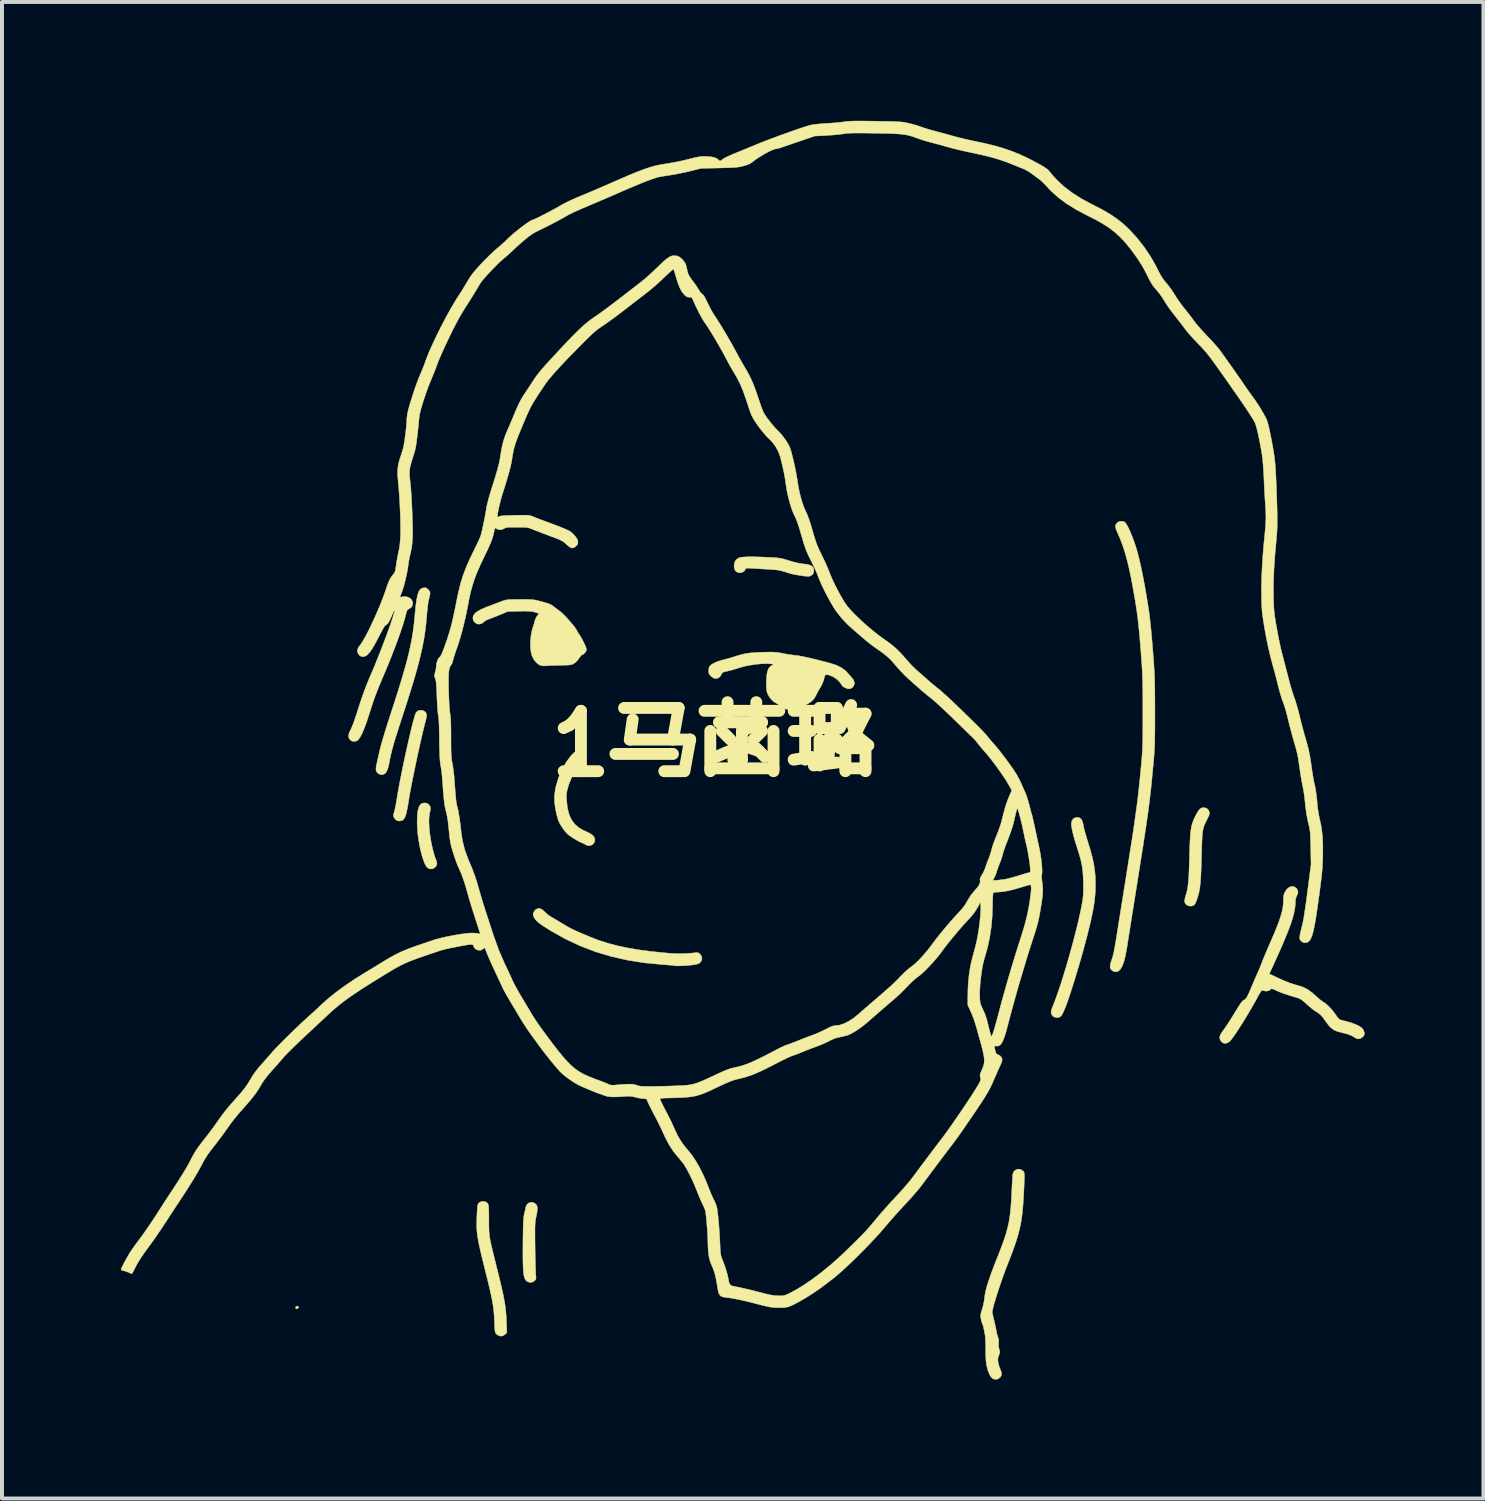
<source format=kicad_pcb>
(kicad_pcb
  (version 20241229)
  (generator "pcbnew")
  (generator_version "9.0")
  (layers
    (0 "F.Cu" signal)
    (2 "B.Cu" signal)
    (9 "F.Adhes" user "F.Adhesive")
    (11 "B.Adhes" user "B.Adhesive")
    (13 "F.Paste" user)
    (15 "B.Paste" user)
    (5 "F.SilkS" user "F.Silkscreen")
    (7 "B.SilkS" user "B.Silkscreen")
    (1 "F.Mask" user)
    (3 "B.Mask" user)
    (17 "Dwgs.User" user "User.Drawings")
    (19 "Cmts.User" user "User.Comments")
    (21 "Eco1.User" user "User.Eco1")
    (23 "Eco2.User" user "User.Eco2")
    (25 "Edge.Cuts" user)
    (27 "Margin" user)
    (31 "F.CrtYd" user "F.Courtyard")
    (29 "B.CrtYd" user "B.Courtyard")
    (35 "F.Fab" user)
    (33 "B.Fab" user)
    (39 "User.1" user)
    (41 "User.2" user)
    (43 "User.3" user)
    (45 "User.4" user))
  (footprint "1马菡璐"
    (layer "F.Cu")
    (at 14.991 15.73)
    (property "Reference" "1马菡璐" (at 0 0 0) (layer "F.SilkS") (effects (font (size 1.524 1.524) (thickness 0.3))))
    (attr through_hole)
    (fp_poly (pts (xy -10.525 14.196) (xy -10.501 14.215) (xy -10.508 14.24) (xy -10.533 14.258) (xy -10.561 14.267) (xy -10.576 14.251) (xy -10.577 14.249) (xy -10.577 14.215) (xy -10.553 14.195) (xy -10.525 14.196)) (stroke (width 0.01) (type solid)) (fill yes) (layer "F.SilkS"))
    (fp_poly (pts (xy -7.253 1.503) (xy -7.219 1.528) (xy -7.187 1.571) (xy -7.173 1.613) (xy -7.175 1.667) (xy -7.19 1.733) (xy -7.207 1.836) (xy -7.212 1.966) (xy -7.205 2.118) (xy -7.187 2.287) (xy -7.158 2.468) (xy -7.147 2.523) (xy -7.125 2.622) (xy -7.102 2.716) (xy -7.079 2.798) (xy -7.059 2.859) (xy -7.052 2.876) (xy -7.029 2.937) (xy -7.014 2.994) (xy -7.01 3.022) (xy -7.025 3.08) (xy -7.065 3.125) (xy -7.119 3.153) (xy -7.181 3.158) (xy -7.232 3.142) (xy -7.27 3.105) (xy -7.309 3.038) (xy -7.347 2.947) (xy -7.384 2.835) (xy -7.418 2.707) (xy -7.448 2.568) (xy -7.473 2.421) (xy -7.493 2.272) (xy -7.505 2.125) (xy -7.51 1.985) (xy -7.51 1.981) (xy -7.507 1.832) (xy -7.496 1.713) (xy -7.477 1.623) (xy -7.448 1.558) (xy -7.409 1.516) (xy -7.358 1.494) (xy -7.314 1.49) (xy -7.253 1.503)) (stroke (width 0.01) (type solid)) (fill yes) (layer "F.SilkS"))
    (fp_poly (pts (xy -7.376 -0.846) (xy -7.356 -0.839) (xy -7.307 -0.811) (xy -7.279 -0.775) (xy -7.27 -0.724) (xy -7.279 -0.653) (xy -7.295 -0.587) (xy -7.323 -0.48) (xy -7.356 -0.345) (xy -7.393 -0.188) (xy -7.433 -0.013) (xy -7.474 0.173) (xy -7.516 0.366) (xy -7.557 0.561) (xy -7.596 0.751) (xy -7.633 0.932) (xy -7.665 1.099) (xy -7.693 1.246) (xy -7.714 1.367) (xy -7.721 1.414) (xy -7.745 1.564) (xy -7.768 1.684) (xy -7.79 1.777) (xy -7.814 1.846) (xy -7.841 1.894) (xy -7.873 1.924) (xy -7.91 1.941) (xy -7.955 1.947) (xy -7.961 1.947) (xy -8.012 1.94) (xy -8.051 1.913) (xy -8.067 1.895) (xy -8.097 1.853) (xy -8.109 1.813) (xy -8.103 1.764) (xy -8.086 1.711) (xy -8.075 1.67) (xy -8.06 1.603) (xy -8.044 1.518) (xy -8.027 1.421) (xy -8.017 1.358) (xy -7.996 1.231) (xy -7.97 1.087) (xy -7.941 0.929) (xy -7.907 0.76) (xy -7.871 0.584) (xy -7.834 0.405) (xy -7.795 0.225) (xy -7.756 0.05) (xy -7.718 -0.119) (xy -7.681 -0.276) (xy -7.647 -0.419) (xy -7.615 -0.544) (xy -7.587 -0.647) (xy -7.564 -0.725) (xy -7.546 -0.774) (xy -7.543 -0.781) (xy -7.501 -0.828) (xy -7.442 -0.85) (xy -7.376 -0.846)) (stroke (width 0.01) (type solid)) (fill yes) (layer "F.SilkS"))
    (fp_poly (pts (xy -4.576 11.579) (xy -4.52 11.612) (xy -4.509 11.624) (xy -4.488 11.656) (xy -4.476 11.694) (xy -4.474 11.745) (xy -4.481 11.814) (xy -4.498 11.907) (xy -4.512 11.971) (xy -4.519 12.009) (xy -4.525 12.05) (xy -4.53 12.098) (xy -4.533 12.158) (xy -4.535 12.232) (xy -4.535 12.326) (xy -4.535 12.443) (xy -4.534 12.587) (xy -4.532 12.725) (xy -4.53 12.871) (xy -4.527 13.009) (xy -4.524 13.135) (xy -4.521 13.245) (xy -4.518 13.334) (xy -4.515 13.398) (xy -4.512 13.431) (xy -4.508 13.483) (xy -4.514 13.517) (xy -4.536 13.546) (xy -4.544 13.554) (xy -4.602 13.59) (xy -4.667 13.597) (xy -4.731 13.574) (xy -4.75 13.559) (xy -4.772 13.534) (xy -4.791 13.5) (xy -4.806 13.454) (xy -4.819 13.393) (xy -4.828 13.315) (xy -4.834 13.216) (xy -4.838 13.094) (xy -4.84 12.946) (xy -4.84 12.769) (xy -4.839 12.601) (xy -4.837 12.433) (xy -4.835 12.295) (xy -4.833 12.182) (xy -4.83 12.092) (xy -4.826 12.02) (xy -4.821 11.962) (xy -4.815 11.915) (xy -4.807 11.875) (xy -4.802 11.853) (xy -4.787 11.787) (xy -4.774 11.73) (xy -4.766 11.693) (xy -4.765 11.69) (xy -4.74 11.63) (xy -4.694 11.59) (xy -4.636 11.573) (xy -4.576 11.579)) (stroke (width 0.01) (type solid)) (fill yes) (layer "F.SilkS"))
    (fp_poly (pts (xy 0.991 -4.723) (xy 1.153 -4.719) (xy 1.338 -4.711) (xy 1.397 -4.708) (xy 1.504 -4.702) (xy 1.587 -4.696) (xy 1.655 -4.687) (xy 1.718 -4.674) (xy 1.787 -4.655) (xy 1.869 -4.63) (xy 1.88 -4.626) (xy 1.983 -4.596) (xy 2.084 -4.57) (xy 2.173 -4.553) (xy 2.219 -4.547) (xy 2.328 -4.533) (xy 2.407 -4.514) (xy 2.46 -4.486) (xy 2.491 -4.448) (xy 2.505 -4.396) (xy 2.506 -4.368) (xy 2.494 -4.306) (xy 2.468 -4.272) (xy 2.429 -4.244) (xy 2.385 -4.23) (xy 2.327 -4.23) (xy 2.269 -4.236) (xy 2.152 -4.253) (xy 2.061 -4.268) (xy 1.987 -4.282) (xy 1.923 -4.297) (xy 1.86 -4.316) (xy 1.795 -4.337) (xy 1.716 -4.361) (xy 1.644 -4.379) (xy 1.568 -4.391) (xy 1.476 -4.399) (xy 1.405 -4.404) (xy 1.296 -4.41) (xy 1.176 -4.418) (xy 1.06 -4.425) (xy 0.978 -4.43) (xy 0.892 -4.434) (xy 0.835 -4.436) (xy 0.8 -4.433) (xy 0.783 -4.427) (xy 0.779 -4.417) (xy 0.764 -4.378) (xy 0.725 -4.344) (xy 0.673 -4.323) (xy 0.637 -4.318) (xy 0.57 -4.332) (xy 0.522 -4.372) (xy 0.496 -4.438) (xy 0.491 -4.496) (xy 0.504 -4.583) (xy 0.542 -4.649) (xy 0.608 -4.696) (xy 0.62 -4.701) (xy 0.668 -4.712) (xy 0.747 -4.719) (xy 0.855 -4.723) (xy 0.991 -4.723)) (stroke (width 0.01) (type solid)) (fill yes) (layer "F.SilkS"))
    (fp_poly (pts (xy -3.367 0.168) (xy -3.319 0.207) (xy -3.288 0.256) (xy -3.283 0.311) (xy -3.307 0.374) (xy -3.358 0.45) (xy -3.384 0.48) (xy -3.461 0.583) (xy -3.538 0.71) (xy -3.608 0.849) (xy -3.668 0.99) (xy -3.701 1.092) (xy -3.722 1.169) (xy -3.734 1.231) (xy -3.739 1.292) (xy -3.739 1.366) (xy -3.736 1.422) (xy -3.716 1.612) (xy -3.676 1.774) (xy -3.615 1.912) (xy -3.532 2.025) (xy -3.428 2.116) (xy -3.327 2.174) (xy -3.284 2.194) (xy -3.225 2.222) (xy -3.178 2.244) (xy -3.094 2.294) (xy -3.041 2.351) (xy -3.02 2.414) (xy -3.022 2.447) (xy -3.047 2.506) (xy -3.093 2.549) (xy -3.15 2.57) (xy -3.21 2.566) (xy -3.245 2.549) (xy -3.281 2.529) (xy -3.334 2.504) (xy -3.367 2.49) (xy -3.419 2.466) (xy -3.488 2.428) (xy -3.563 2.383) (xy -3.599 2.359) (xy -3.672 2.309) (xy -3.726 2.264) (xy -3.772 2.214) (xy -3.82 2.15) (xy -3.843 2.115) (xy -3.889 2.044) (xy -3.922 1.983) (xy -3.948 1.922) (xy -3.97 1.849) (xy -3.989 1.775) (xy -4.025 1.602) (xy -4.043 1.447) (xy -4.042 1.302) (xy -4.023 1.157) (xy -4.006 1.075) (xy -3.94 0.853) (xy -3.851 0.644) (xy -3.742 0.454) (xy -3.623 0.296) (xy -3.547 0.218) (xy -3.481 0.171) (xy -3.422 0.155) (xy -3.367 0.168)) (stroke (width 0.01) (type solid)) (fill yes) (layer "F.SilkS"))
    (fp_poly (pts (xy 12.409 1.62) (xy 12.456 1.655) (xy 12.477 1.688) (xy 12.491 1.722) (xy 12.494 1.756) (xy 12.484 1.798) (xy 12.459 1.855) (xy 12.431 1.912) (xy 12.4 1.972) (xy 12.375 2.026) (xy 12.355 2.076) (xy 12.339 2.128) (xy 12.327 2.186) (xy 12.317 2.254) (xy 12.31 2.336) (xy 12.305 2.436) (xy 12.3 2.559) (xy 12.296 2.709) (xy 12.293 2.819) (xy 12.288 3.024) (xy 12.282 3.198) (xy 12.275 3.344) (xy 12.267 3.467) (xy 12.257 3.57) (xy 12.246 3.655) (xy 12.233 3.727) (xy 12.224 3.768) (xy 12.193 3.879) (xy 12.162 3.97) (xy 12.131 4.035) (xy 12.104 4.071) (xy 12.102 4.072) (xy 12.044 4.095) (xy 11.979 4.093) (xy 11.924 4.071) (xy 11.886 4.036) (xy 11.867 3.994) (xy 11.867 3.939) (xy 11.884 3.863) (xy 11.894 3.829) (xy 11.913 3.764) (xy 11.929 3.701) (xy 11.942 3.633) (xy 11.953 3.558) (xy 11.962 3.472) (xy 11.97 3.369) (xy 11.976 3.246) (xy 11.981 3.1) (xy 11.986 2.925) (xy 11.988 2.853) (xy 11.993 2.667) (xy 11.999 2.511) (xy 12.005 2.381) (xy 12.013 2.272) (xy 12.023 2.181) (xy 12.036 2.104) (xy 12.052 2.037) (xy 12.071 1.975) (xy 12.095 1.914) (xy 12.122 1.854) (xy 12.173 1.755) (xy 12.217 1.685) (xy 12.258 1.639) (xy 12.3 1.615) (xy 12.342 1.609) (xy 12.409 1.62)) (stroke (width 0.01) (type solid)) (fill yes) (layer "F.SilkS"))
    (fp_poly (pts (xy -4.405 4.157) (xy -4.368 4.175) (xy -4.321 4.21) (xy -4.29 4.24) (xy -4.236 4.29) (xy -4.176 4.336) (xy -4.147 4.355) (xy -4.106 4.379) (xy -4.043 4.417) (xy -3.966 4.463) (xy -3.883 4.513) (xy -3.851 4.533) (xy -3.78 4.575) (xy -3.717 4.612) (xy -3.655 4.646) (xy -3.59 4.679) (xy -3.516 4.714) (xy -3.428 4.753) (xy -3.321 4.799) (xy -3.189 4.855) (xy -3.151 4.871) (xy -2.936 4.955) (xy -2.71 5.028) (xy -2.471 5.093) (xy -2.213 5.148) (xy -1.935 5.196) (xy -1.632 5.237) (xy -1.301 5.271) (xy -1.133 5.286) (xy -0.949 5.296) (xy -0.779 5.295) (xy -0.604 5.284) (xy -0.508 5.274) (xy -0.452 5.269) (xy -0.416 5.273) (xy -0.387 5.29) (xy -0.368 5.306) (xy -0.329 5.362) (xy -0.319 5.425) (xy -0.338 5.486) (xy -0.371 5.525) (xy -0.401 5.545) (xy -0.439 5.56) (xy -0.494 5.572) (xy -0.573 5.583) (xy -0.591 5.585) (xy -0.674 5.593) (xy -0.761 5.599) (xy -0.845 5.603) (xy -0.92 5.605) (xy -0.978 5.604) (xy -1.012 5.601) (xy -1.017 5.598) (xy -1.036 5.595) (xy -1.082 5.59) (xy -1.151 5.584) (xy -1.237 5.578) (xy -1.312 5.572) (xy -1.77 5.528) (xy -2.206 5.459) (xy -2.622 5.364) (xy -3.02 5.244) (xy -3.402 5.097) (xy -3.771 4.923) (xy -4.106 4.735) (xy -4.231 4.658) (xy -4.33 4.595) (xy -4.406 4.542) (xy -4.463 4.497) (xy -4.505 4.456) (xy -4.536 4.418) (xy -4.556 4.384) (xy -4.577 4.335) (xy -4.581 4.297) (xy -4.572 4.257) (xy -4.538 4.201) (xy -4.485 4.165) (xy -4.423 4.154) (xy -4.405 4.157)) (stroke (width 0.01) (type solid)) (fill yes) (layer "F.SilkS"))
    (fp_poly (pts (xy -5.77 11.567) (xy -5.74 11.591) (xy -5.727 11.606) (xy -5.717 11.622) (xy -5.71 11.643) (xy -5.705 11.675) (xy -5.702 11.722) (xy -5.7 11.788) (xy -5.699 11.878) (xy -5.698 11.997) (xy -5.698 12.019) (xy -5.698 12.108) (xy -5.698 12.184) (xy -5.696 12.252) (xy -5.694 12.313) (xy -5.689 12.373) (xy -5.681 12.434) (xy -5.671 12.501) (xy -5.656 12.576) (xy -5.637 12.665) (xy -5.612 12.769) (xy -5.582 12.893) (xy -5.545 13.04) (xy -5.502 13.215) (xy -5.471 13.338) (xy -5.421 13.542) (xy -5.379 13.718) (xy -5.345 13.871) (xy -5.318 14.006) (xy -5.296 14.128) (xy -5.28 14.242) (xy -5.269 14.352) (xy -5.26 14.464) (xy -5.255 14.582) (xy -5.244 14.864) (xy -5.288 14.908) (xy -5.347 14.946) (xy -5.411 14.952) (xy -5.474 14.928) (xy -5.502 14.905) (xy -5.519 14.887) (xy -5.532 14.869) (xy -5.541 14.844) (xy -5.547 14.808) (xy -5.551 14.755) (xy -5.555 14.679) (xy -5.559 14.579) (xy -5.564 14.473) (xy -5.57 14.373) (xy -5.58 14.275) (xy -5.594 14.174) (xy -5.612 14.067) (xy -5.636 13.947) (xy -5.665 13.811) (xy -5.702 13.654) (xy -5.747 13.471) (xy -5.772 13.369) (xy -5.824 13.161) (xy -5.868 12.982) (xy -5.905 12.828) (xy -5.935 12.696) (xy -5.959 12.582) (xy -5.977 12.482) (xy -5.991 12.393) (xy -6 12.31) (xy -6.005 12.231) (xy -6.007 12.151) (xy -6.006 12.066) (xy -6.003 11.974) (xy -6.001 11.913) (xy -5.996 11.808) (xy -5.992 11.731) (xy -5.987 11.677) (xy -5.98 11.64) (xy -5.972 11.615) (xy -5.96 11.598) (xy -5.95 11.587) (xy -5.896 11.555) (xy -5.832 11.548) (xy -5.77 11.567)) (stroke (width 0.01) (type solid)) (fill yes) (layer "F.SilkS"))
    (fp_poly (pts (xy -7.268 -3.93) (xy -7.23 -3.896) (xy -7.23 -3.896) (xy -7.203 -3.867) (xy -7.188 -3.839) (xy -7.183 -3.804) (xy -7.189 -3.755) (xy -7.205 -3.686) (xy -7.219 -3.632) (xy -7.229 -3.579) (xy -7.241 -3.501) (xy -7.251 -3.407) (xy -7.261 -3.306) (xy -7.265 -3.26) (xy -7.279 -3.092) (xy -7.297 -2.926) (xy -7.32 -2.759) (xy -7.349 -2.588) (xy -7.384 -2.411) (xy -7.427 -2.223) (xy -7.477 -2.023) (xy -7.536 -1.807) (xy -7.604 -1.572) (xy -7.683 -1.314) (xy -7.772 -1.032) (xy -7.873 -0.722) (xy -7.89 -0.669) (xy -7.96 -0.455) (xy -8.019 -0.27) (xy -8.069 -0.11) (xy -8.11 0.029) (xy -8.143 0.151) (xy -8.17 0.258) (xy -8.191 0.354) (xy -8.205 0.425) (xy -8.229 0.549) (xy -8.256 0.642) (xy -8.286 0.708) (xy -8.322 0.751) (xy -8.366 0.773) (xy -8.413 0.779) (xy -8.463 0.766) (xy -8.507 0.737) (xy -8.534 0.704) (xy -8.548 0.663) (xy -8.549 0.608) (xy -8.537 0.532) (xy -8.527 0.486) (xy -8.514 0.43) (xy -8.496 0.35) (xy -8.475 0.257) (xy -8.453 0.161) (xy -8.449 0.144) (xy -8.431 0.072) (xy -8.404 -0.027) (xy -8.369 -0.147) (xy -8.328 -0.282) (xy -8.284 -0.427) (xy -8.236 -0.577) (xy -8.195 -0.705) (xy -8.097 -1.005) (xy -8.011 -1.275) (xy -7.934 -1.52) (xy -7.868 -1.743) (xy -7.809 -1.946) (xy -7.759 -2.132) (xy -7.716 -2.305) (xy -7.68 -2.468) (xy -7.649 -2.623) (xy -7.623 -2.775) (xy -7.602 -2.925) (xy -7.584 -3.076) (xy -7.569 -3.233) (xy -7.562 -3.312) (xy -7.544 -3.495) (xy -7.523 -3.646) (xy -7.497 -3.763) (xy -7.468 -3.848) (xy -7.436 -3.899) (xy -7.399 -3.923) (xy -7.349 -3.939) (xy -7.345 -3.94) (xy -7.301 -3.943) (xy -7.268 -3.93)) (stroke (width 0.01) (type solid)) (fill yes) (layer "F.SilkS"))
    (fp_poly (pts (xy 9.211 1.865) (xy 9.254 1.897) (xy 9.285 1.953) (xy 9.307 2.039) (xy 9.31 2.056) (xy 9.322 2.117) (xy 9.343 2.2) (xy 9.37 2.298) (xy 9.4 2.4) (xy 9.416 2.449) (xy 9.48 2.659) (xy 9.531 2.846) (xy 9.569 3.017) (xy 9.595 3.178) (xy 9.61 3.338) (xy 9.616 3.503) (xy 9.613 3.68) (xy 9.613 3.7) (xy 9.605 3.825) (xy 9.591 3.958) (xy 9.57 4.102) (xy 9.541 4.261) (xy 9.504 4.437) (xy 9.458 4.633) (xy 9.403 4.853) (xy 9.337 5.099) (xy 9.28 5.309) (xy 9.235 5.465) (xy 9.187 5.63) (xy 9.136 5.799) (xy 9.086 5.965) (xy 9.035 6.125) (xy 8.988 6.274) (xy 8.944 6.406) (xy 8.906 6.517) (xy 8.875 6.603) (xy 8.866 6.626) (xy 8.824 6.727) (xy 8.79 6.801) (xy 8.761 6.852) (xy 8.733 6.884) (xy 8.702 6.901) (xy 8.665 6.908) (xy 8.632 6.909) (xy 8.569 6.894) (xy 8.539 6.871) (xy 8.512 6.836) (xy 8.497 6.802) (xy 8.495 6.762) (xy 8.507 6.708) (xy 8.533 6.636) (xy 8.557 6.576) (xy 8.612 6.432) (xy 8.672 6.264) (xy 8.736 6.074) (xy 8.801 5.868) (xy 8.868 5.649) (xy 8.934 5.423) (xy 8.998 5.194) (xy 9.06 4.966) (xy 9.117 4.744) (xy 9.17 4.532) (xy 9.215 4.335) (xy 9.253 4.158) (xy 9.282 4.005) (xy 9.298 3.903) (xy 9.307 3.801) (xy 9.311 3.671) (xy 9.31 3.519) (xy 9.308 3.454) (xy 9.302 3.318) (xy 9.293 3.2) (xy 9.278 3.092) (xy 9.258 2.986) (xy 9.229 2.872) (xy 9.191 2.742) (xy 9.153 2.623) (xy 9.098 2.448) (xy 9.055 2.295) (xy 9.025 2.167) (xy 9.009 2.067) (xy 9.006 2.022) (xy 9.017 1.947) (xy 9.053 1.892) (xy 9.109 1.861) (xy 9.152 1.856) (xy 9.211 1.865)) (stroke (width 0.01) (type solid)) (fill yes) (layer "F.SilkS"))
    (fp_poly (pts (xy 7.717 10.739) (xy 7.774 10.771) (xy 7.782 10.777) (xy 7.795 10.791) (xy 7.806 10.804) (xy 7.813 10.82) (xy 7.818 10.845) (xy 7.821 10.88) (xy 7.821 10.931) (xy 7.82 11.001) (xy 7.816 11.095) (xy 7.811 11.216) (xy 7.806 11.313) (xy 7.795 11.53) (xy 7.78 11.724) (xy 7.762 11.9) (xy 7.737 12.065) (xy 7.705 12.225) (xy 7.665 12.385) (xy 7.614 12.552) (xy 7.553 12.732) (xy 7.479 12.931) (xy 7.401 13.13) (xy 7.349 13.263) (xy 7.297 13.404) (xy 7.245 13.55) (xy 7.195 13.696) (xy 7.148 13.838) (xy 7.106 13.971) (xy 7.069 14.091) (xy 7.041 14.194) (xy 7.021 14.275) (xy 7.011 14.331) (xy 7.01 14.344) (xy 7.014 14.375) (xy 7.025 14.429) (xy 7.041 14.499) (xy 7.052 14.543) (xy 7.073 14.63) (xy 7.093 14.722) (xy 7.109 14.802) (xy 7.113 14.825) (xy 7.127 14.893) (xy 7.143 14.953) (xy 7.158 14.991) (xy 7.173 15.048) (xy 7.171 15.126) (xy 7.171 15.127) (xy 7.171 15.228) (xy 7.184 15.282) (xy 7.198 15.336) (xy 7.196 15.383) (xy 7.176 15.439) (xy 7.164 15.465) (xy 7.152 15.517) (xy 7.155 15.589) (xy 7.171 15.672) (xy 7.198 15.756) (xy 7.213 15.789) (xy 7.241 15.866) (xy 7.243 15.929) (xy 7.217 15.983) (xy 7.209 15.993) (xy 7.154 16.033) (xy 7.089 16.045) (xy 7.025 16.028) (xy 7.024 16.028) (xy 6.99 15.997) (xy 6.955 15.946) (xy 6.937 15.913) (xy 6.898 15.813) (xy 6.869 15.7) (xy 6.851 15.569) (xy 6.843 15.415) (xy 6.843 15.293) (xy 6.842 15.191) (xy 6.84 15.091) (xy 6.835 15.003) (xy 6.829 14.936) (xy 6.826 14.918) (xy 6.805 14.808) (xy 6.787 14.722) (xy 6.771 14.662) (xy 6.759 14.633) (xy 6.757 14.63) (xy 6.748 14.61) (xy 6.735 14.567) (xy 6.726 14.523) (xy 6.716 14.459) (xy 6.717 14.408) (xy 6.73 14.351) (xy 6.738 14.328) (xy 6.776 14.2) (xy 6.802 14.076) (xy 6.821 13.937) (xy 6.823 13.919) (xy 6.839 13.829) (xy 6.87 13.709) (xy 6.916 13.56) (xy 6.978 13.382) (xy 7.055 13.175) (xy 7.147 12.941) (xy 7.159 12.912) (xy 7.238 12.709) (xy 7.304 12.529) (xy 7.357 12.366) (xy 7.399 12.211) (xy 7.432 12.058) (xy 7.457 11.899) (xy 7.476 11.728) (xy 7.49 11.538) (xy 7.501 11.334) (xy 7.506 11.215) (xy 7.512 11.105) (xy 7.517 11.01) (xy 7.522 10.934) (xy 7.525 10.882) (xy 7.527 10.864) (xy 7.552 10.8) (xy 7.598 10.757) (xy 7.656 10.735) (xy 7.717 10.739)) (stroke (width 0.01) (type solid)) (fill yes) (layer "F.SilkS"))
    (fp_poly (pts (xy -4.714 -3.647) (xy -4.644 -3.645) (xy -4.586 -3.64) (xy -4.533 -3.633) (xy -4.478 -3.621) (xy -4.413 -3.604) (xy -4.362 -3.591) (xy -4.261 -3.563) (xy -4.187 -3.538) (xy -4.132 -3.514) (xy -4.09 -3.489) (xy -4.074 -3.476) (xy -4.017 -3.431) (xy -3.953 -3.383) (xy -3.929 -3.365) (xy -3.869 -3.318) (xy -3.809 -3.264) (xy -3.789 -3.243) (xy -3.683 -3.127) (xy -3.597 -3.028) (xy -3.532 -2.948) (xy -3.491 -2.887) (xy -3.48 -2.868) (xy -3.456 -2.82) (xy -3.432 -2.782) (xy -3.427 -2.776) (xy -3.401 -2.739) (xy -3.367 -2.682) (xy -3.33 -2.614) (xy -3.294 -2.542) (xy -3.264 -2.476) (xy -3.243 -2.422) (xy -3.234 -2.39) (xy -3.234 -2.389) (xy -3.245 -2.346) (xy -3.273 -2.302) (xy -3.308 -2.266) (xy -3.341 -2.252) (xy -3.341 -2.252) (xy -3.362 -2.239) (xy -3.392 -2.204) (xy -3.417 -2.169) (xy -3.46 -2.111) (xy -3.513 -2.058) (xy -3.541 -2.037) (xy -3.569 -2.019) (xy -3.596 -2.006) (xy -3.627 -1.998) (xy -3.668 -1.992) (xy -3.727 -1.989) (xy -3.808 -1.986) (xy -3.877 -1.985) (xy -3.978 -1.983) (xy -4.078 -1.98) (xy -4.166 -1.976) (xy -4.233 -1.973) (xy -4.25 -1.971) (xy -4.32 -1.968) (xy -4.371 -1.974) (xy -4.418 -1.992) (xy -4.431 -1.998) (xy -4.501 -2.051) (xy -4.563 -2.13) (xy -4.612 -2.227) (xy -4.615 -2.237) (xy -4.639 -2.337) (xy -4.65 -2.459) (xy -4.649 -2.593) (xy -4.636 -2.73) (xy -4.611 -2.861) (xy -4.589 -2.938) (xy -4.567 -3.006) (xy -4.548 -3.074) (xy -4.538 -3.111) (xy -4.516 -3.17) (xy -4.485 -3.224) (xy -4.478 -3.232) (xy -4.452 -3.266) (xy -4.437 -3.287) (xy -4.437 -3.289) (xy -4.452 -3.297) (xy -4.491 -3.311) (xy -4.546 -3.327) (xy -4.546 -3.327) (xy -4.595 -3.338) (xy -4.647 -3.346) (xy -4.708 -3.35) (xy -4.786 -3.351) (xy -4.888 -3.35) (xy -4.94 -3.349) (xy -5.224 -3.341) (xy -5.385 -3.273) (xy -5.472 -3.238) (xy -5.566 -3.201) (xy -5.65 -3.168) (xy -5.677 -3.159) (xy -5.741 -3.133) (xy -5.793 -3.107) (xy -5.822 -3.085) (xy -5.825 -3.081) (xy -5.858 -3.05) (xy -5.91 -3.029) (xy -5.965 -3.023) (xy -5.996 -3.029) (xy -6.058 -3.068) (xy -6.095 -3.124) (xy -6.103 -3.191) (xy -6.09 -3.238) (xy -6.057 -3.288) (xy -5.998 -3.338) (xy -5.911 -3.388) (xy -5.793 -3.441) (xy -5.695 -3.479) (xy -5.604 -3.513) (xy -5.511 -3.548) (xy -5.429 -3.579) (xy -5.376 -3.599) (xy -5.334 -3.615) (xy -5.297 -3.626) (xy -5.258 -3.635) (xy -5.212 -3.64) (xy -5.152 -3.644) (xy -5.072 -3.646) (xy -4.967 -3.647) (xy -4.919 -3.647) (xy -4.803 -3.648) (xy -4.714 -3.647)) (stroke (width 0.01) (type solid)) (fill yes) (layer "F.SilkS"))
    (fp_poly (pts (xy 1.495 -2.316) (xy 1.557 -2.312) (xy 1.616 -2.304) (xy 1.679 -2.293) (xy 1.707 -2.287) (xy 1.803 -2.269) (xy 1.908 -2.252) (xy 2.006 -2.239) (xy 2.037 -2.236) (xy 2.128 -2.224) (xy 2.246 -2.202) (xy 2.392 -2.17) (xy 2.568 -2.128) (xy 2.775 -2.075) (xy 2.902 -2.042) (xy 3.065 -1.99) (xy 3.197 -1.927) (xy 3.298 -1.854) (xy 3.33 -1.822) (xy 3.378 -1.768) (xy 3.429 -1.712) (xy 3.447 -1.692) (xy 3.505 -1.618) (xy 3.53 -1.552) (xy 3.524 -1.49) (xy 3.487 -1.431) (xy 3.483 -1.427) (xy 3.432 -1.394) (xy 3.389 -1.389) (xy 3.347 -1.396) (xy 3.299 -1.414) (xy 3.254 -1.438) (xy 3.224 -1.462) (xy 3.217 -1.475) (xy 3.207 -1.493) (xy 3.182 -1.528) (xy 3.148 -1.571) (xy 3.075 -1.641) (xy 2.984 -1.699) (xy 2.889 -1.737) (xy 2.839 -1.747) (xy 2.813 -1.748) (xy 2.795 -1.739) (xy 2.782 -1.714) (xy 2.768 -1.665) (xy 2.762 -1.64) (xy 2.737 -1.564) (xy 2.702 -1.484) (xy 2.676 -1.437) (xy 2.637 -1.372) (xy 2.594 -1.295) (xy 2.564 -1.235) (xy 2.526 -1.166) (xy 2.485 -1.111) (xy 2.434 -1.064) (xy 2.365 -1.019) (xy 2.274 -0.97) (xy 2.237 -0.952) (xy 2.155 -0.915) (xy 2.091 -0.891) (xy 2.035 -0.877) (xy 1.974 -0.87) (xy 1.957 -0.869) (xy 1.858 -0.87) (xy 1.781 -0.884) (xy 1.772 -0.887) (xy 1.714 -0.916) (xy 1.66 -0.955) (xy 1.653 -0.961) (xy 1.605 -0.999) (xy 1.553 -1.029) (xy 1.545 -1.033) (xy 1.486 -1.069) (xy 1.426 -1.128) (xy 1.372 -1.2) (xy 1.334 -1.275) (xy 1.329 -1.289) (xy 1.316 -1.337) (xy 1.308 -1.392) (xy 1.305 -1.463) (xy 1.306 -1.557) (xy 1.307 -1.588) (xy 1.314 -1.712) (xy 1.328 -1.807) (xy 1.351 -1.879) (xy 1.384 -1.932) (xy 1.43 -1.972) (xy 1.442 -1.98) (xy 1.494 -2.012) (xy 1.386 -2.023) (xy 1.286 -2.027) (xy 1.164 -2.021) (xy 1.029 -2.007) (xy 0.892 -1.986) (xy 0.761 -1.96) (xy 0.647 -1.929) (xy 0.633 -1.924) (xy 0.543 -1.896) (xy 0.447 -1.868) (xy 0.36 -1.845) (xy 0.327 -1.837) (xy 0.26 -1.822) (xy 0.218 -1.809) (xy 0.194 -1.793) (xy 0.179 -1.771) (xy 0.171 -1.751) (xy 0.136 -1.696) (xy 0.084 -1.659) (xy 0.024 -1.648) (xy 0.002 -1.651) (xy -0.038 -1.669) (xy -0.084 -1.703) (xy -0.097 -1.715) (xy -0.133 -1.755) (xy -0.149 -1.796) (xy -0.152 -1.847) (xy -0.141 -1.926) (xy -0.119 -1.968) (xy -0.076 -2.005) (xy -0.007 -2.044) (xy 0.08 -2.081) (xy 0.178 -2.112) (xy 0.23 -2.125) (xy 0.302 -2.144) (xy 0.391 -2.168) (xy 0.478 -2.195) (xy 0.5 -2.202) (xy 0.611 -2.237) (xy 0.71 -2.263) (xy 0.806 -2.283) (xy 0.906 -2.297) (xy 1.02 -2.306) (xy 1.156 -2.312) (xy 1.211 -2.314) (xy 1.329 -2.317) (xy 1.421 -2.318) (xy 1.495 -2.316)) (stroke (width 0.01) (type solid)) (fill yes) (layer "F.SilkS"))
    (fp_poly (pts (xy 10.335 -5.61) (xy 10.347 -5.604) (xy 10.377 -5.576) (xy 10.413 -5.519) (xy 10.455 -5.438) (xy 10.5 -5.339) (xy 10.546 -5.225) (xy 10.592 -5.102) (xy 10.635 -4.973) (xy 10.66 -4.891) (xy 10.708 -4.712) (xy 10.757 -4.502) (xy 10.807 -4.261) (xy 10.858 -3.993) (xy 10.903 -3.734) (xy 10.927 -3.59) (xy 10.947 -3.46) (xy 10.966 -3.337) (xy 10.982 -3.216) (xy 10.996 -3.093) (xy 11.01 -2.961) (xy 11.024 -2.817) (xy 11.039 -2.653) (xy 11.054 -2.466) (xy 11.069 -2.278) (xy 11.08 -2.137) (xy 11.089 -2.013) (xy 11.096 -1.899) (xy 11.102 -1.791) (xy 11.107 -1.683) (xy 11.11 -1.57) (xy 11.113 -1.448) (xy 11.114 -1.311) (xy 11.115 -1.155) (xy 11.116 -0.973) (xy 11.116 -0.813) (xy 11.116 -0.609) (xy 11.116 -0.435) (xy 11.115 -0.286) (xy 11.113 -0.158) (xy 11.111 -0.046) (xy 11.108 0.053) (xy 11.104 0.146) (xy 11.098 0.235) (xy 11.092 0.325) (xy 11.084 0.42) (xy 11.078 0.483) (xy 11.063 0.643) (xy 11.049 0.792) (xy 11.036 0.931) (xy 11.022 1.064) (xy 11.009 1.192) (xy 10.994 1.319) (xy 10.979 1.446) (xy 10.962 1.578) (xy 10.944 1.716) (xy 10.923 1.863) (xy 10.9 2.023) (xy 10.874 2.196) (xy 10.845 2.387) (xy 10.813 2.597) (xy 10.776 2.83) (xy 10.735 3.089) (xy 10.69 3.375) (xy 10.64 3.691) (xy 10.634 3.725) (xy 10.605 3.907) (xy 10.576 4.092) (xy 10.547 4.273) (xy 10.519 4.447) (xy 10.494 4.608) (xy 10.471 4.751) (xy 10.452 4.87) (xy 10.439 4.953) (xy 10.415 5.108) (xy 10.393 5.233) (xy 10.374 5.335) (xy 10.355 5.419) (xy 10.336 5.488) (xy 10.316 5.549) (xy 10.294 5.605) (xy 10.293 5.607) (xy 10.248 5.686) (xy 10.194 5.737) (xy 10.135 5.757) (xy 10.073 5.746) (xy 10.037 5.723) (xy 10.002 5.687) (xy 9.985 5.645) (xy 9.986 5.589) (xy 10.004 5.514) (xy 10.025 5.454) (xy 10.051 5.37) (xy 10.078 5.26) (xy 10.105 5.122) (xy 10.134 4.953) (xy 10.135 4.946) (xy 10.15 4.851) (xy 10.169 4.729) (xy 10.192 4.583) (xy 10.218 4.421) (xy 10.246 4.248) (xy 10.274 4.069) (xy 10.303 3.889) (xy 10.321 3.776) (xy 10.363 3.515) (xy 10.399 3.284) (xy 10.432 3.081) (xy 10.46 2.904) (xy 10.484 2.748) (xy 10.506 2.612) (xy 10.524 2.494) (xy 10.541 2.389) (xy 10.555 2.295) (xy 10.568 2.21) (xy 10.58 2.131) (xy 10.591 2.054) (xy 10.602 1.978) (xy 10.613 1.9) (xy 10.624 1.82) (xy 10.645 1.669) (xy 10.664 1.529) (xy 10.681 1.396) (xy 10.696 1.263) (xy 10.712 1.124) (xy 10.728 0.973) (xy 10.745 0.804) (xy 10.763 0.61) (xy 10.774 0.5) (xy 10.782 0.404) (xy 10.79 0.316) (xy 10.796 0.23) (xy 10.8 0.144) (xy 10.804 0.052) (xy 10.807 -0.049) (xy 10.809 -0.164) (xy 10.81 -0.297) (xy 10.811 -0.452) (xy 10.811 -0.634) (xy 10.811 -0.804) (xy 10.811 -1.01) (xy 10.811 -1.187) (xy 10.81 -1.339) (xy 10.808 -1.473) (xy 10.806 -1.592) (xy 10.802 -1.701) (xy 10.798 -1.806) (xy 10.792 -1.911) (xy 10.785 -2.021) (xy 10.776 -2.141) (xy 10.766 -2.276) (xy 10.765 -2.294) (xy 10.748 -2.502) (xy 10.733 -2.681) (xy 10.719 -2.838) (xy 10.705 -2.977) (xy 10.691 -3.103) (xy 10.677 -3.224) (xy 10.66 -3.342) (xy 10.642 -3.465) (xy 10.621 -3.598) (xy 10.601 -3.713) (xy 10.552 -3.993) (xy 10.504 -4.243) (xy 10.456 -4.467) (xy 10.406 -4.667) (xy 10.355 -4.848) (xy 10.301 -5.013) (xy 10.243 -5.166) (xy 10.187 -5.296) (xy 10.149 -5.382) (xy 10.126 -5.445) (xy 10.119 -5.492) (xy 10.126 -5.529) (xy 10.147 -5.563) (xy 10.165 -5.584) (xy 10.212 -5.613) (xy 10.274 -5.622) (xy 10.335 -5.61)) (stroke (width 0.01) (type solid)) (fill yes) (layer "F.SilkS"))
    (fp_poly (pts (xy 14.631 3.606) (xy 14.687 3.643) (xy 14.694 3.65) (xy 14.726 3.709) (xy 14.726 3.775) (xy 14.698 3.835) (xy 14.67 3.906) (xy 14.664 3.973) (xy 14.66 4.067) (xy 14.647 4.169) (xy 14.624 4.281) (xy 14.591 4.405) (xy 14.546 4.544) (xy 14.488 4.701) (xy 14.417 4.879) (xy 14.332 5.08) (xy 14.232 5.306) (xy 14.181 5.419) (xy 14.142 5.506) (xy 14.104 5.59) (xy 14.07 5.663) (xy 14.047 5.714) (xy 14.045 5.718) (xy 14.005 5.806) (xy 14.187 5.893) (xy 14.362 5.973) (xy 14.523 6.037) (xy 14.664 6.082) (xy 14.715 6.095) (xy 14.85 6.138) (xy 14.976 6.202) (xy 15.099 6.293) (xy 15.162 6.35) (xy 15.225 6.406) (xy 15.284 6.457) (xy 15.333 6.494) (xy 15.359 6.511) (xy 15.43 6.558) (xy 15.508 6.629) (xy 15.588 6.716) (xy 15.66 6.812) (xy 15.666 6.819) (xy 15.707 6.877) (xy 15.744 6.924) (xy 15.772 6.953) (xy 15.778 6.957) (xy 15.807 6.968) (xy 15.86 6.984) (xy 15.927 7.001) (xy 15.96 7.009) (xy 16.073 7.041) (xy 16.179 7.08) (xy 16.269 7.123) (xy 16.335 7.167) (xy 16.355 7.185) (xy 16.384 7.231) (xy 16.402 7.285) (xy 16.403 7.287) (xy 16.405 7.33) (xy 16.392 7.364) (xy 16.361 7.399) (xy 16.301 7.441) (xy 16.239 7.449) (xy 16.177 7.424) (xy 16.167 7.417) (xy 16.085 7.368) (xy 15.974 7.325) (xy 15.844 7.292) (xy 15.735 7.264) (xy 15.647 7.229) (xy 15.574 7.179) (xy 15.506 7.11) (xy 15.435 7.015) (xy 15.427 7.004) (xy 15.364 6.916) (xy 15.307 6.851) (xy 15.247 6.799) (xy 15.177 6.753) (xy 15.172 6.751) (xy 15.128 6.721) (xy 15.069 6.674) (xy 15.002 6.618) (xy 14.948 6.571) (xy 14.881 6.511) (xy 14.829 6.469) (xy 14.784 6.44) (xy 14.738 6.419) (xy 14.682 6.401) (xy 14.677 6.4) (xy 14.524 6.354) (xy 14.4 6.314) (xy 14.3 6.278) (xy 14.221 6.246) (xy 14.186 6.229) (xy 14.111 6.195) (xy 14.062 6.182) (xy 14.039 6.188) (xy 14.038 6.196) (xy 14.024 6.212) (xy 13.99 6.23) (xy 13.987 6.231) (xy 13.929 6.244) (xy 13.861 6.233) (xy 13.83 6.222) (xy 13.813 6.227) (xy 13.789 6.255) (xy 13.755 6.309) (xy 13.71 6.39) (xy 13.707 6.396) (xy 13.639 6.521) (xy 13.563 6.653) (xy 13.483 6.789) (xy 13.402 6.925) (xy 13.321 7.056) (xy 13.243 7.178) (xy 13.171 7.288) (xy 13.106 7.381) (xy 13.053 7.454) (xy 13.012 7.503) (xy 13.002 7.513) (xy 12.949 7.548) (xy 12.891 7.562) (xy 12.852 7.558) (xy 12.794 7.52) (xy 12.759 7.463) (xy 12.751 7.418) (xy 12.755 7.382) (xy 12.771 7.341) (xy 12.802 7.29) (xy 12.852 7.219) (xy 12.857 7.213) (xy 12.9 7.151) (xy 12.956 7.068) (xy 13.018 6.971) (xy 13.082 6.868) (xy 13.137 6.779) (xy 13.201 6.674) (xy 13.252 6.594) (xy 13.291 6.537) (xy 13.322 6.499) (xy 13.346 6.477) (xy 13.362 6.468) (xy 13.384 6.457) (xy 13.404 6.441) (xy 13.424 6.415) (xy 13.447 6.377) (xy 13.475 6.32) (xy 13.51 6.242) (xy 13.554 6.138) (xy 13.568 6.104) (xy 13.608 6.012) (xy 13.648 5.918) (xy 13.685 5.834) (xy 13.714 5.77) (xy 13.716 5.766) (xy 13.748 5.693) (xy 13.784 5.604) (xy 13.819 5.516) (xy 13.827 5.495) (xy 13.851 5.431) (xy 13.887 5.344) (xy 13.93 5.242) (xy 13.977 5.132) (xy 14.025 5.022) (xy 14.028 5.016) (xy 14.113 4.82) (xy 14.183 4.651) (xy 14.24 4.504) (xy 14.284 4.376) (xy 14.317 4.264) (xy 14.34 4.163) (xy 14.353 4.069) (xy 14.359 3.98) (xy 14.359 3.953) (xy 14.362 3.872) (xy 14.371 3.811) (xy 14.389 3.76) (xy 14.398 3.742) (xy 14.447 3.668) (xy 14.506 3.62) (xy 14.569 3.598) (xy 14.631 3.606)) (stroke (width 0.01) (type solid)) (fill yes) (layer "F.SilkS"))
    (fp_poly (pts (xy 3.827 -15.724) (xy 3.987 -15.722) (xy 4.072 -15.721) (xy 4.239 -15.718) (xy 4.376 -15.716) (xy 4.487 -15.713) (xy 4.577 -15.71) (xy 4.65 -15.706) (xy 4.709 -15.702) (xy 4.76 -15.696) (xy 4.807 -15.688) (xy 4.853 -15.679) (xy 4.902 -15.668) (xy 4.902 -15.668) (xy 4.993 -15.645) (xy 5.086 -15.619) (xy 5.168 -15.593) (xy 5.207 -15.579) (xy 5.272 -15.556) (xy 5.358 -15.528) (xy 5.453 -15.5) (xy 5.537 -15.478) (xy 5.635 -15.452) (xy 5.752 -15.42) (xy 5.874 -15.387) (xy 5.988 -15.355) (xy 6.003 -15.35) (xy 6.118 -15.319) (xy 6.25 -15.286) (xy 6.386 -15.254) (xy 6.51 -15.227) (xy 6.528 -15.223) (xy 6.8 -15.166) (xy 7.045 -15.107) (xy 7.268 -15.043) (xy 7.477 -14.972) (xy 7.678 -14.893) (xy 7.876 -14.803) (xy 8.079 -14.699) (xy 8.234 -14.614) (xy 8.328 -14.558) (xy 8.394 -14.512) (xy 8.439 -14.471) (xy 8.458 -14.447) (xy 8.485 -14.412) (xy 8.53 -14.359) (xy 8.587 -14.296) (xy 8.651 -14.228) (xy 8.665 -14.214) (xy 8.834 -14.059) (xy 9.035 -13.907) (xy 9.268 -13.76) (xy 9.53 -13.619) (xy 9.569 -13.6) (xy 9.793 -13.485) (xy 9.989 -13.37) (xy 10.163 -13.251) (xy 10.322 -13.124) (xy 10.466 -12.989) (xy 10.656 -12.783) (xy 10.835 -12.556) (xy 10.997 -12.318) (xy 11.135 -12.077) (xy 11.167 -12.014) (xy 11.222 -11.904) (xy 11.269 -11.818) (xy 11.314 -11.748) (xy 11.359 -11.687) (xy 11.405 -11.633) (xy 11.463 -11.562) (xy 11.528 -11.474) (xy 11.588 -11.384) (xy 11.617 -11.337) (xy 11.669 -11.254) (xy 11.735 -11.159) (xy 11.805 -11.063) (xy 11.863 -10.99) (xy 11.928 -10.909) (xy 11.996 -10.821) (xy 12.059 -10.739) (xy 12.104 -10.676) (xy 12.147 -10.62) (xy 12.208 -10.547) (xy 12.282 -10.463) (xy 12.362 -10.375) (xy 12.437 -10.295) (xy 12.517 -10.211) (xy 12.595 -10.127) (xy 12.665 -10.047) (xy 12.723 -9.98) (xy 12.761 -9.931) (xy 12.843 -9.817) (xy 12.933 -9.691) (xy 13.026 -9.56) (xy 13.117 -9.431) (xy 13.201 -9.31) (xy 13.276 -9.203) (xy 13.335 -9.116) (xy 13.339 -9.11) (xy 13.4 -9.022) (xy 13.468 -8.924) (xy 13.535 -8.831) (xy 13.575 -8.776) (xy 13.652 -8.668) (xy 13.729 -8.553) (xy 13.801 -8.437) (xy 13.864 -8.328) (xy 13.915 -8.233) (xy 13.944 -8.169) (xy 13.961 -8.116) (xy 13.983 -8.035) (xy 14.007 -7.931) (xy 14.032 -7.81) (xy 14.058 -7.678) (xy 14.084 -7.539) (xy 14.108 -7.4) (xy 14.129 -7.265) (xy 14.13 -7.257) (xy 14.142 -7.163) (xy 14.153 -7.039) (xy 14.163 -6.886) (xy 14.173 -6.708) (xy 14.182 -6.507) (xy 14.19 -6.287) (xy 14.197 -6.05) (xy 14.202 -5.861) (xy 14.204 -5.691) (xy 14.204 -5.546) (xy 14.201 -5.418) (xy 14.194 -5.3) (xy 14.184 -5.184) (xy 14.147 -4.777) (xy 14.122 -4.402) (xy 14.11 -4.057) (xy 14.109 -3.741) (xy 14.11 -3.739) (xy 14.112 -3.608) (xy 14.116 -3.501) (xy 14.121 -3.409) (xy 14.129 -3.324) (xy 14.139 -3.236) (xy 14.154 -3.138) (xy 14.174 -3.019) (xy 14.187 -2.946) (xy 14.211 -2.814) (xy 14.238 -2.674) (xy 14.267 -2.537) (xy 14.294 -2.411) (xy 14.319 -2.306) (xy 14.325 -2.286) (xy 14.351 -2.184) (xy 14.384 -2.06) (xy 14.419 -1.924) (xy 14.454 -1.788) (xy 14.485 -1.668) (xy 14.516 -1.551) (xy 14.549 -1.433) (xy 14.582 -1.324) (xy 14.612 -1.23) (xy 14.636 -1.16) (xy 14.639 -1.153) (xy 14.664 -1.08) (xy 14.694 -0.984) (xy 14.725 -0.875) (xy 14.754 -0.764) (xy 14.766 -0.713) (xy 14.794 -0.599) (xy 14.825 -0.475) (xy 14.857 -0.356) (xy 14.885 -0.252) (xy 14.895 -0.22) (xy 14.933 -0.089) (xy 14.964 0.021) (xy 14.989 0.118) (xy 15.009 0.211) (xy 15.028 0.308) (xy 15.046 0.42) (xy 15.066 0.553) (xy 15.071 0.59) (xy 15.087 0.699) (xy 15.103 0.798) (xy 15.117 0.882) (xy 15.128 0.946) (xy 15.136 0.983) (xy 15.138 0.989) (xy 15.15 1.034) (xy 15.164 1.106) (xy 15.179 1.196) (xy 15.193 1.297) (xy 15.205 1.4) (xy 15.214 1.497) (xy 15.216 1.524) (xy 15.226 1.623) (xy 15.243 1.738) (xy 15.265 1.852) (xy 15.277 1.905) (xy 15.308 2.049) (xy 15.331 2.195) (xy 15.346 2.35) (xy 15.355 2.52) (xy 15.356 2.714) (xy 15.354 2.843) (xy 15.352 2.942) (xy 15.348 3.035) (xy 15.343 3.126) (xy 15.335 3.22) (xy 15.325 3.324) (xy 15.311 3.442) (xy 15.294 3.58) (xy 15.273 3.743) (xy 15.26 3.837) (xy 15.228 4.067) (xy 15.199 4.265) (xy 15.173 4.435) (xy 15.147 4.577) (xy 15.123 4.695) (xy 15.099 4.79) (xy 15.074 4.866) (xy 15.048 4.923) (xy 15.021 4.965) (xy 14.992 4.994) (xy 14.959 5.012) (xy 14.935 5.019) (xy 14.888 5.02) (xy 14.859 5.014) (xy 14.822 4.99) (xy 14.794 4.964) (xy 14.779 4.943) (xy 14.771 4.917) (xy 14.77 4.881) (xy 14.777 4.829) (xy 14.791 4.758) (xy 14.815 4.661) (xy 14.831 4.597) (xy 14.851 4.51) (xy 14.873 4.394) (xy 14.896 4.248) (xy 14.923 4.072) (xy 14.951 3.863) (xy 14.97 3.717) (xy 15.058 3.04) (xy 15.049 2.616) (xy 15.046 2.483) (xy 15.042 2.378) (xy 15.039 2.295) (xy 15.034 2.227) (xy 15.027 2.17) (xy 15.017 2.116) (xy 15.005 2.06) (xy 14.989 1.996) (xy 14.987 1.99) (xy 14.947 1.796) (xy 14.916 1.573) (xy 14.91 1.507) (xy 14.899 1.4) (xy 14.886 1.294) (xy 14.872 1.197) (xy 14.858 1.119) (xy 14.852 1.092) (xy 14.839 1.03) (xy 14.823 0.943) (xy 14.805 0.84) (xy 14.787 0.729) (xy 14.775 0.643) (xy 14.756 0.516) (xy 14.741 0.415) (xy 14.727 0.332) (xy 14.713 0.26) (xy 14.697 0.192) (xy 14.678 0.119) (xy 14.654 0.034) (xy 14.624 -0.069) (xy 14.621 -0.08) (xy 14.588 -0.193) (xy 14.553 -0.325) (xy 14.517 -0.461) (xy 14.486 -0.588) (xy 14.478 -0.622) (xy 14.451 -0.73) (xy 14.421 -0.84) (xy 14.391 -0.942) (xy 14.363 -1.025) (xy 14.35 -1.058) (xy 14.323 -1.133) (xy 14.292 -1.23) (xy 14.261 -1.337) (xy 14.234 -1.441) (xy 14.23 -1.456) (xy 14.203 -1.567) (xy 14.17 -1.695) (xy 14.135 -1.827) (xy 14.101 -1.947) (xy 14.096 -1.967) (xy 14.044 -2.158) (xy 13.997 -2.354) (xy 13.952 -2.561) (xy 13.908 -2.788) (xy 13.867 -3.023) (xy 13.849 -3.137) (xy 13.835 -3.236) (xy 13.824 -3.327) (xy 13.817 -3.419) (xy 13.811 -3.522) (xy 13.808 -3.644) (xy 13.806 -3.742) (xy 13.805 -3.964) (xy 13.811 -4.213) (xy 13.824 -4.485) (xy 13.843 -4.774) (xy 13.868 -5.074) (xy 13.894 -5.335) (xy 13.911 -5.532) (xy 13.918 -5.712) (xy 13.914 -5.892) (xy 13.902 -6.079) (xy 13.896 -6.154) (xy 13.89 -6.254) (xy 13.883 -6.373) (xy 13.877 -6.501) (xy 13.871 -6.632) (xy 13.869 -6.689) (xy 13.86 -6.863) (xy 13.849 -7.024) (xy 13.837 -7.166) (xy 13.823 -7.283) (xy 13.818 -7.315) (xy 13.788 -7.491) (xy 13.757 -7.654) (xy 13.727 -7.799) (xy 13.698 -7.924) (xy 13.671 -8.024) (xy 13.647 -8.095) (xy 13.637 -8.118) (xy 13.605 -8.175) (xy 13.555 -8.256) (xy 13.489 -8.358) (xy 13.41 -8.479) (xy 13.318 -8.615) (xy 13.216 -8.763) (xy 13.151 -8.856) (xy 13.018 -9.046) (xy 12.903 -9.21) (xy 12.803 -9.351) (xy 12.718 -9.471) (xy 12.645 -9.574) (xy 12.582 -9.661) (xy 12.527 -9.735) (xy 12.479 -9.797) (xy 12.436 -9.852) (xy 12.396 -9.9) (xy 12.357 -9.945) (xy 12.318 -9.988) (xy 12.276 -10.033) (xy 12.229 -10.081) (xy 12.193 -10.118) (xy 12.114 -10.2) (xy 12.037 -10.284) (xy 11.968 -10.363) (xy 11.912 -10.429) (xy 11.879 -10.473) (xy 11.838 -10.529) (xy 11.782 -10.602) (xy 11.717 -10.686) (xy 11.649 -10.773) (xy 11.617 -10.814) (xy 11.549 -10.901) (xy 11.481 -10.993) (xy 11.421 -11.08) (xy 11.373 -11.154) (xy 11.357 -11.181) (xy 11.307 -11.261) (xy 11.244 -11.35) (xy 11.179 -11.432) (xy 11.157 -11.458) (xy 11.104 -11.519) (xy 11.059 -11.579) (xy 11.018 -11.645) (xy 10.973 -11.726) (xy 10.921 -11.83) (xy 10.919 -11.836) (xy 10.819 -12.026) (xy 10.704 -12.212) (xy 10.624 -12.327) (xy 10.489 -12.509) (xy 10.36 -12.666) (xy 10.23 -12.803) (xy 10.095 -12.925) (xy 9.949 -13.036) (xy 9.786 -13.141) (xy 9.6 -13.244) (xy 9.415 -13.337) (xy 9.134 -13.485) (xy 8.885 -13.639) (xy 8.669 -13.8) (xy 8.485 -13.966) (xy 8.422 -14.035) (xy 8.36 -14.102) (xy 8.298 -14.165) (xy 8.245 -14.216) (xy 8.206 -14.248) (xy 8.159 -14.282) (xy 8.097 -14.328) (xy 8.031 -14.377) (xy 8.014 -14.39) (xy 7.947 -14.436) (xy 7.88 -14.477) (xy 7.823 -14.507) (xy 7.811 -14.512) (xy 7.765 -14.53) (xy 7.697 -14.557) (xy 7.614 -14.591) (xy 7.525 -14.627) (xy 7.501 -14.637) (xy 7.359 -14.692) (xy 7.216 -14.742) (xy 7.066 -14.788) (xy 6.903 -14.832) (xy 6.721 -14.875) (xy 6.512 -14.92) (xy 6.483 -14.926) (xy 6.359 -14.953) (xy 6.233 -14.981) (xy 6.113 -15.009) (xy 6.007 -15.036) (xy 5.924 -15.058) (xy 5.91 -15.062) (xy 5.81 -15.091) (xy 5.693 -15.123) (xy 5.577 -15.154) (xy 5.503 -15.173) (xy 5.404 -15.199) (xy 5.299 -15.23) (xy 5.201 -15.261) (xy 5.138 -15.283) (xy 5.058 -15.312) (xy 4.987 -15.337) (xy 4.919 -15.356) (xy 4.85 -15.372) (xy 4.777 -15.385) (xy 4.694 -15.394) (xy 4.598 -15.401) (xy 4.484 -15.407) (xy 4.348 -15.411) (xy 4.185 -15.414) (xy 4.056 -15.417) (xy 3.882 -15.419) (xy 3.739 -15.421) (xy 3.622 -15.421) (xy 3.526 -15.421) (xy 3.448 -15.419) (xy 3.384 -15.415) (xy 3.329 -15.411) (xy 3.28 -15.405) (xy 3.251 -15.4) (xy 3.176 -15.39) (xy 3.078 -15.379) (xy 2.967 -15.37) (xy 2.855 -15.362) (xy 2.808 -15.359) (xy 2.527 -15.345) (xy 2.216 -15.239) (xy 2.106 -15.202) (xy 1.994 -15.163) (xy 1.889 -15.127) (xy 1.801 -15.096) (xy 1.746 -15.077) (xy 1.673 -15.052) (xy 1.607 -15.033) (xy 1.558 -15.022) (xy 1.541 -15.02) (xy 1.501 -15.011) (xy 1.439 -14.985) (xy 1.361 -14.948) (xy 1.274 -14.901) (xy 1.183 -14.848) (xy 1.095 -14.793) (xy 1.016 -14.739) (xy 0.952 -14.689) (xy 0.94 -14.68) (xy 0.891 -14.647) (xy 0.819 -14.617) (xy 0.726 -14.59) (xy 0.674 -14.577) (xy 0.625 -14.567) (xy 0.573 -14.559) (xy 0.512 -14.553) (xy 0.439 -14.549) (xy 0.346 -14.545) (xy 0.229 -14.542) (xy 0.115 -14.539) (xy -0.338 -14.53) (xy -0.607 -14.463) (xy -0.724 -14.435) (xy -0.855 -14.407) (xy -0.984 -14.382) (xy -1.098 -14.363) (xy -1.12 -14.359) (xy -1.213 -14.345) (xy -1.3 -14.331) (xy -1.373 -14.318) (xy -1.422 -14.309) (xy -1.431 -14.306) (xy -1.499 -14.286) (xy -1.595 -14.253) (xy -1.714 -14.209) (xy -1.853 -14.154) (xy -2.007 -14.09) (xy -2.174 -14.02) (xy -2.35 -13.944) (xy -2.395 -13.924) (xy -2.536 -13.862) (xy -2.694 -13.794) (xy -2.856 -13.724) (xy -3.014 -13.657) (xy -3.157 -13.596) (xy -3.224 -13.568) (xy -3.341 -13.519) (xy -3.454 -13.469) (xy -3.559 -13.421) (xy -3.648 -13.378) (xy -3.715 -13.343) (xy -3.742 -13.327) (xy -3.802 -13.292) (xy -3.885 -13.246) (xy -3.986 -13.192) (xy -4.097 -13.133) (xy -4.213 -13.074) (xy -4.327 -13.017) (xy -4.431 -12.965) (xy -4.504 -12.931) (xy -4.577 -12.89) (xy -4.668 -12.827) (xy -4.774 -12.744) (xy -4.891 -12.645) (xy -5.015 -12.533) (xy -5.06 -12.491) (xy -5.137 -12.419) (xy -5.222 -12.342) (xy -5.302 -12.271) (xy -5.36 -12.222) (xy -5.419 -12.171) (xy -5.492 -12.1) (xy -5.575 -12.016) (xy -5.661 -11.926) (xy -5.744 -11.836) (xy -5.817 -11.754) (xy -5.875 -11.685) (xy -5.888 -11.667) (xy -5.911 -11.634) (xy -5.944 -11.58) (xy -5.983 -11.515) (xy -6.003 -11.481) (xy -6.045 -11.412) (xy -6.098 -11.324) (xy -6.157 -11.23) (xy -6.216 -11.138) (xy -6.226 -11.123) (xy -6.289 -11.024) (xy -6.357 -10.913) (xy -6.423 -10.802) (xy -6.478 -10.705) (xy -6.479 -10.702) (xy -6.533 -10.6) (xy -6.595 -10.48) (xy -6.66 -10.348) (xy -6.726 -10.21) (xy -6.792 -10.071) (xy -6.854 -9.937) (xy -6.909 -9.813) (xy -6.956 -9.704) (xy -6.992 -9.617) (xy -7.008 -9.573) (xy -7.035 -9.497) (xy -7.071 -9.402) (xy -7.113 -9.299) (xy -7.154 -9.199) (xy -7.161 -9.183) (xy -7.201 -9.085) (xy -7.247 -8.965) (xy -7.293 -8.837) (xy -7.335 -8.711) (xy -7.357 -8.644) (xy -7.394 -8.524) (xy -7.421 -8.426) (xy -7.441 -8.345) (xy -7.454 -8.27) (xy -7.464 -8.194) (xy -7.468 -8.145) (xy -7.479 -8.026) (xy -7.492 -7.901) (xy -7.506 -7.777) (xy -7.521 -7.662) (xy -7.535 -7.561) (xy -7.547 -7.484) (xy -7.554 -7.452) (xy -7.566 -7.406) (xy -7.585 -7.336) (xy -7.611 -7.253) (xy -7.638 -7.168) (xy -7.667 -7.074) (xy -7.687 -6.996) (xy -7.699 -6.923) (xy -7.703 -6.849) (xy -7.7 -6.765) (xy -7.691 -6.662) (xy -7.679 -6.562) (xy -7.672 -6.493) (xy -7.665 -6.397) (xy -7.657 -6.279) (xy -7.65 -6.146) (xy -7.642 -6.004) (xy -7.636 -5.858) (xy -7.634 -5.802) (xy -7.628 -5.615) (xy -7.624 -5.456) (xy -7.623 -5.321) (xy -7.626 -5.206) (xy -7.632 -5.105) (xy -7.641 -5.014) (xy -7.654 -4.928) (xy -7.672 -4.842) (xy -7.687 -4.775) (xy -7.705 -4.697) (xy -7.722 -4.603) (xy -7.736 -4.509) (xy -7.739 -4.487) (xy -7.757 -4.373) (xy -7.782 -4.246) (xy -7.812 -4.116) (xy -7.844 -3.992) (xy -7.877 -3.886) (xy -7.899 -3.825) (xy -7.925 -3.76) (xy -7.937 -3.721) (xy -7.936 -3.703) (xy -7.922 -3.701) (xy -7.896 -3.71) (xy -7.828 -3.722) (xy -7.758 -3.71) (xy -7.695 -3.681) (xy -7.647 -3.636) (xy -7.622 -3.582) (xy -7.62 -3.562) (xy -7.63 -3.49) (xy -7.664 -3.44) (xy -7.711 -3.412) (xy -7.739 -3.398) (xy -7.759 -3.378) (xy -7.774 -3.344) (xy -7.789 -3.288) (xy -7.797 -3.257) (xy -7.827 -3.144) (xy -7.869 -3.005) (xy -7.923 -2.844) (xy -7.985 -2.666) (xy -8.056 -2.474) (xy -8.133 -2.274) (xy -8.214 -2.069) (xy -8.299 -1.864) (xy -8.361 -1.719) (xy -8.437 -1.538) (xy -8.503 -1.378) (xy -8.56 -1.23) (xy -8.612 -1.085) (xy -8.663 -0.932) (xy -8.717 -0.764) (xy -8.72 -0.753) (xy -8.784 -0.556) (xy -8.844 -0.393) (xy -8.899 -0.263) (xy -8.95 -0.167) (xy -8.997 -0.103) (xy -9.037 -0.074) (xy -9.108 -0.059) (xy -9.169 -0.076) (xy -9.212 -0.114) (xy -9.238 -0.163) (xy -9.242 -0.218) (xy -9.223 -0.286) (xy -9.188 -0.359) (xy -9.164 -0.411) (xy -9.133 -0.487) (xy -9.098 -0.58) (xy -9.063 -0.683) (xy -9.034 -0.77) (xy -8.97 -0.973) (xy -8.91 -1.152) (xy -8.853 -1.313) (xy -8.795 -1.466) (xy -8.733 -1.619) (xy -8.69 -1.719) (xy -8.619 -1.887) (xy -8.547 -2.062) (xy -8.475 -2.241) (xy -8.405 -2.42) (xy -8.338 -2.595) (xy -8.275 -2.762) (xy -8.219 -2.917) (xy -8.17 -3.056) (xy -8.131 -3.175) (xy -8.102 -3.271) (xy -8.085 -3.336) (xy -8.079 -3.372) (xy -8.081 -3.384) (xy -8.091 -3.369) (xy -8.111 -3.326) (xy -8.142 -3.253) (xy -8.153 -3.226) (xy -8.201 -3.119) (xy -8.244 -3.046) (xy -8.283 -3.006) (xy -8.309 -2.997) (xy -8.323 -2.983) (xy -8.35 -2.943) (xy -8.385 -2.883) (xy -8.425 -2.808) (xy -8.452 -2.756) (xy -8.532 -2.6) (xy -8.602 -2.474) (xy -8.663 -2.375) (xy -8.717 -2.3) (xy -8.767 -2.248) (xy -8.813 -2.216) (xy -8.858 -2.202) (xy -8.875 -2.201) (xy -8.925 -2.208) (xy -8.964 -2.234) (xy -8.983 -2.255) (xy -9.016 -2.313) (xy -9.018 -2.374) (xy -8.989 -2.442) (xy -8.951 -2.492) (xy -8.91 -2.549) (xy -8.859 -2.633) (xy -8.8 -2.739) (xy -8.736 -2.863) (xy -8.669 -3.002) (xy -8.6 -3.149) (xy -8.532 -3.3) (xy -8.467 -3.452) (xy -8.407 -3.599) (xy -8.355 -3.737) (xy -8.314 -3.852) (xy -8.274 -3.971) (xy -8.24 -4.062) (xy -8.21 -4.132) (xy -8.18 -4.188) (xy -8.149 -4.234) (xy -8.119 -4.27) (xy -8.082 -4.319) (xy -8.062 -4.371) (xy -8.051 -4.431) (xy -8.034 -4.556) (xy -8.009 -4.698) (xy -7.981 -4.841) (xy -7.967 -4.902) (xy -7.956 -4.966) (xy -7.945 -5.052) (xy -7.936 -5.15) (xy -7.931 -5.248) (xy -7.931 -5.249) (xy -7.928 -5.361) (xy -7.929 -5.5) (xy -7.932 -5.658) (xy -7.937 -5.828) (xy -7.945 -6.003) (xy -7.954 -6.177) (xy -7.965 -6.341) (xy -7.976 -6.488) (xy -7.985 -6.579) (xy -7.998 -6.724) (xy -8.003 -6.846) (xy -7.999 -6.951) (xy -7.985 -7.05) (xy -7.961 -7.15) (xy -7.933 -7.239) (xy -7.907 -7.318) (xy -7.883 -7.394) (xy -7.865 -7.455) (xy -7.858 -7.48) (xy -7.847 -7.533) (xy -7.834 -7.612) (xy -7.82 -7.708) (xy -7.806 -7.814) (xy -7.793 -7.92) (xy -7.783 -8.019) (xy -7.776 -8.102) (xy -7.773 -8.161) (xy -7.773 -8.165) (xy -7.768 -8.235) (xy -7.758 -8.317) (xy -7.746 -8.377) (xy -7.721 -8.477) (xy -7.687 -8.598) (xy -7.645 -8.733) (xy -7.6 -8.873) (xy -7.554 -9.009) (xy -7.509 -9.134) (xy -7.468 -9.239) (xy -7.448 -9.285) (xy -7.406 -9.384) (xy -7.36 -9.497) (xy -7.318 -9.607) (xy -7.298 -9.665) (xy -7.249 -9.795) (xy -7.185 -9.948) (xy -7.108 -10.117) (xy -7.022 -10.298) (xy -6.93 -10.485) (xy -6.834 -10.671) (xy -6.737 -10.852) (xy -6.643 -11.02) (xy -6.554 -11.171) (xy -6.473 -11.298) (xy -6.416 -11.385) (xy -6.355 -11.483) (xy -6.299 -11.576) (xy -6.267 -11.629) (xy -6.222 -11.705) (xy -6.175 -11.78) (xy -6.133 -11.842) (xy -6.114 -11.867) (xy -6.026 -11.972) (xy -5.921 -12.09) (xy -5.806 -12.211) (xy -5.689 -12.328) (xy -5.579 -12.432) (xy -5.498 -12.503) (xy -5.427 -12.563) (xy -5.361 -12.62) (xy -5.308 -12.668) (xy -5.273 -12.702) (xy -5.266 -12.708) (xy -5.216 -12.759) (xy -5.15 -12.82) (xy -5.073 -12.887) (xy -4.989 -12.956) (xy -4.902 -13.025) (xy -4.818 -13.088) (xy -4.741 -13.144) (xy -4.676 -13.187) (xy -4.627 -13.216) (xy -4.601 -13.225) (xy -4.577 -13.233) (xy -4.53 -13.254) (xy -4.462 -13.286) (xy -4.381 -13.327) (xy -4.29 -13.373) (xy -4.195 -13.423) (xy -4.101 -13.473) (xy -4.013 -13.52) (xy -3.937 -13.563) (xy -3.878 -13.598) (xy -3.804 -13.639) (xy -3.706 -13.688) (xy -3.594 -13.741) (xy -3.474 -13.794) (xy -3.395 -13.826) (xy -3.295 -13.868) (xy -3.171 -13.92) (xy -3.031 -13.979) (xy -2.883 -14.043) (xy -2.733 -14.108) (xy -2.589 -14.171) (xy -2.565 -14.181) (xy -2.354 -14.274) (xy -2.17 -14.353) (xy -2.009 -14.419) (xy -1.869 -14.475) (xy -1.745 -14.52) (xy -1.635 -14.556) (xy -1.535 -14.585) (xy -1.442 -14.608) (xy -1.352 -14.625) (xy -1.329 -14.629) (xy -1.2 -14.65) (xy -1.096 -14.668) (xy -1.01 -14.683) (xy -0.934 -14.697) (xy -0.861 -14.713) (xy -0.782 -14.731) (xy -0.691 -14.753) (xy -0.628 -14.769) (xy -0.522 -14.795) (xy -0.44 -14.813) (xy -0.376 -14.825) (xy -0.32 -14.831) (xy -0.266 -14.832) (xy -0.206 -14.831) (xy -0.188 -14.83) (xy -0.077 -14.82) (xy 0.005 -14.802) (xy 0.064 -14.774) (xy 0.101 -14.742) (xy 0.123 -14.721) (xy 0.146 -14.719) (xy 0.178 -14.739) (xy 0.202 -14.759) (xy 0.237 -14.782) (xy 0.296 -14.813) (xy 0.371 -14.848) (xy 0.454 -14.884) (xy 0.461 -14.887) (xy 0.539 -14.919) (xy 0.641 -14.961) (xy 0.757 -15.009) (xy 0.882 -15.06) (xy 1.005 -15.111) (xy 1.05 -15.13) (xy 1.169 -15.178) (xy 1.306 -15.231) (xy 1.454 -15.287) (xy 1.608 -15.345) (xy 1.764 -15.401) (xy 1.916 -15.456) (xy 2.06 -15.506) (xy 2.19 -15.55) (xy 2.301 -15.586) (xy 2.389 -15.613) (xy 2.421 -15.622) (xy 2.481 -15.633) (xy 2.566 -15.644) (xy 2.668 -15.654) (xy 2.779 -15.662) (xy 2.811 -15.664) (xy 2.922 -15.671) (xy 3.036 -15.68) (xy 3.143 -15.69) (xy 3.232 -15.7) (xy 3.26 -15.704) (xy 3.31 -15.712) (xy 3.364 -15.717) (xy 3.425 -15.721) (xy 3.498 -15.724) (xy 3.587 -15.725) (xy 3.695 -15.725) (xy 3.827 -15.724)) (stroke (width 0.01) (type solid)) (fill yes) (layer "F.SilkS"))
    (fp_poly (pts (xy -0.946 -12.319) (xy -0.882 -12.29) (xy -0.82 -12.236) (xy -0.788 -12.2) (xy -0.749 -12.147) (xy -0.724 -12.092) (xy -0.705 -12.022) (xy -0.7 -11.995) (xy -0.687 -11.933) (xy -0.672 -11.882) (xy -0.652 -11.835) (xy -0.622 -11.784) (xy -0.579 -11.722) (xy -0.522 -11.646) (xy -0.475 -11.581) (xy -0.431 -11.516) (xy -0.399 -11.464) (xy -0.391 -11.449) (xy -0.36 -11.402) (xy -0.324 -11.365) (xy -0.313 -11.358) (xy -0.287 -11.335) (xy -0.256 -11.29) (xy -0.218 -11.218) (xy -0.178 -11.133) (xy -0.134 -11.043) (xy -0.085 -10.951) (xy -0.038 -10.869) (xy -0.001 -10.812) (xy 0.048 -10.739) (xy 0.109 -10.643) (xy 0.179 -10.529) (xy 0.255 -10.404) (xy 0.332 -10.273) (xy 0.407 -10.143) (xy 0.476 -10.019) (xy 0.537 -9.908) (xy 0.551 -9.881) (xy 0.601 -9.788) (xy 0.653 -9.694) (xy 0.702 -9.607) (xy 0.742 -9.539) (xy 0.747 -9.532) (xy 0.834 -9.382) (xy 0.912 -9.231) (xy 0.983 -9.068) (xy 1.051 -8.886) (xy 1.093 -8.761) (xy 1.128 -8.657) (xy 1.161 -8.56) (xy 1.191 -8.476) (xy 1.216 -8.412) (xy 1.232 -8.372) (xy 1.233 -8.37) (xy 1.271 -8.307) (xy 1.326 -8.227) (xy 1.393 -8.14) (xy 1.463 -8.052) (xy 1.533 -7.972) (xy 1.594 -7.909) (xy 1.607 -7.897) (xy 1.673 -7.828) (xy 1.743 -7.741) (xy 1.81 -7.645) (xy 1.867 -7.551) (xy 1.904 -7.474) (xy 1.923 -7.415) (xy 1.947 -7.33) (xy 1.973 -7.226) (xy 2.001 -7.109) (xy 2.027 -6.988) (xy 2.052 -6.869) (xy 2.072 -6.758) (xy 2.088 -6.664) (xy 2.093 -6.629) (xy 2.115 -6.489) (xy 2.145 -6.342) (xy 2.182 -6.197) (xy 2.223 -6.063) (xy 2.266 -5.947) (xy 2.303 -5.867) (xy 2.339 -5.789) (xy 2.381 -5.678) (xy 2.427 -5.534) (xy 2.471 -5.386) (xy 2.509 -5.255) (xy 2.542 -5.149) (xy 2.573 -5.059) (xy 2.605 -4.978) (xy 2.641 -4.897) (xy 2.684 -4.808) (xy 2.704 -4.768) (xy 2.755 -4.663) (xy 2.808 -4.549) (xy 2.856 -4.437) (xy 2.896 -4.339) (xy 2.907 -4.31) (xy 2.957 -4.188) (xy 3.021 -4.049) (xy 3.096 -3.9) (xy 3.177 -3.75) (xy 3.259 -3.61) (xy 3.292 -3.557) (xy 3.351 -3.475) (xy 3.434 -3.379) (xy 3.537 -3.271) (xy 3.655 -3.156) (xy 3.784 -3.037) (xy 3.92 -2.92) (xy 4.059 -2.806) (xy 4.196 -2.701) (xy 4.31 -2.62) (xy 4.432 -2.532) (xy 4.542 -2.443) (xy 4.645 -2.346) (xy 4.751 -2.235) (xy 4.86 -2.109) (xy 4.927 -2.034) (xy 5.003 -1.954) (xy 5.077 -1.883) (xy 5.114 -1.849) (xy 5.186 -1.787) (xy 5.268 -1.715) (xy 5.348 -1.644) (xy 5.376 -1.618) (xy 5.452 -1.552) (xy 5.54 -1.478) (xy 5.627 -1.408) (xy 5.664 -1.379) (xy 5.71 -1.341) (xy 5.775 -1.283) (xy 5.856 -1.21) (xy 5.949 -1.123) (xy 6.052 -1.026) (xy 6.161 -0.922) (xy 6.273 -0.814) (xy 6.384 -0.706) (xy 6.492 -0.6) (xy 6.594 -0.5) (xy 6.685 -0.408) (xy 6.763 -0.328) (xy 6.826 -0.262) (xy 6.868 -0.215) (xy 6.884 -0.195) (xy 6.917 -0.152) (xy 6.966 -0.093) (xy 7.024 -0.026) (xy 7.072 0.028) (xy 7.137 0.104) (xy 7.215 0.201) (xy 7.301 0.313) (xy 7.39 0.432) (xy 7.476 0.552) (xy 7.555 0.666) (xy 7.612 0.754) (xy 7.653 0.823) (xy 7.696 0.905) (xy 7.731 0.982) (xy 7.766 1.061) (xy 7.804 1.145) (xy 7.837 1.216) (xy 7.862 1.276) (xy 7.89 1.357) (xy 7.918 1.45) (xy 7.94 1.53) (xy 7.961 1.614) (xy 7.981 1.689) (xy 7.997 1.749) (xy 8.008 1.784) (xy 8.009 1.784) (xy 8.018 1.816) (xy 8.032 1.874) (xy 8.05 1.953) (xy 8.07 2.044) (xy 8.085 2.113) (xy 8.109 2.226) (xy 8.134 2.344) (xy 8.158 2.457) (xy 8.18 2.553) (xy 8.187 2.586) (xy 8.208 2.687) (xy 8.227 2.796) (xy 8.243 2.907) (xy 8.256 3.015) (xy 8.264 3.113) (xy 8.268 3.194) (xy 8.267 3.253) (xy 8.263 3.279) (xy 8.256 3.327) (xy 8.259 3.405) (xy 8.268 3.477) (xy 8.279 3.577) (xy 8.284 3.671) (xy 8.283 3.766) (xy 8.274 3.872) (xy 8.257 3.995) (xy 8.238 4.118) (xy 8.216 4.243) (xy 8.197 4.348) (xy 8.178 4.44) (xy 8.158 4.527) (xy 8.133 4.615) (xy 8.104 4.714) (xy 8.067 4.83) (xy 8.027 4.953) (xy 7.954 5.178) (xy 7.877 5.427) (xy 7.797 5.692) (xy 7.716 5.965) (xy 7.636 6.24) (xy 7.561 6.509) (xy 7.491 6.764) (xy 7.429 6.999) (xy 7.4 7.111) (xy 7.356 7.273) (xy 7.316 7.402) (xy 7.277 7.5) (xy 7.239 7.568) (xy 7.203 7.608) (xy 7.194 7.613) (xy 7.142 7.63) (xy 7.101 7.629) (xy 7.075 7.625) (xy 7.065 7.635) (xy 7.069 7.668) (xy 7.071 7.683) (xy 7.086 7.756) (xy 7.101 7.801) (xy 7.117 7.827) (xy 7.138 7.839) (xy 7.142 7.84) (xy 7.202 7.869) (xy 7.245 7.92) (xy 7.258 7.952) (xy 7.259 7.988) (xy 7.246 8.038) (xy 7.216 8.109) (xy 7.208 8.126) (xy 7.177 8.193) (xy 7.138 8.28) (xy 7.096 8.376) (xy 7.056 8.467) (xy 7.025 8.539) (xy 6.995 8.606) (xy 6.963 8.671) (xy 6.929 8.737) (xy 6.89 8.806) (xy 6.844 8.883) (xy 6.79 8.969) (xy 6.727 9.068) (xy 6.651 9.182) (xy 6.562 9.314) (xy 6.457 9.468) (xy 6.335 9.645) (xy 6.3 9.697) (xy 6.23 9.798) (xy 6.155 9.903) (xy 6.082 10.003) (xy 6.018 10.091) (xy 5.973 10.15) (xy 5.907 10.235) (xy 5.826 10.343) (xy 5.732 10.466) (xy 5.631 10.601) (xy 5.526 10.741) (xy 5.422 10.881) (xy 5.322 11.016) (xy 5.244 11.121) (xy 5.186 11.197) (xy 5.109 11.29) (xy 5.022 11.391) (xy 4.931 11.494) (xy 4.841 11.591) (xy 4.831 11.601) (xy 4.74 11.699) (xy 4.635 11.814) (xy 4.524 11.938) (xy 4.414 12.064) (xy 4.313 12.181) (xy 4.283 12.217) (xy 4.179 12.338) (xy 4.059 12.47) (xy 3.928 12.61) (xy 3.789 12.754) (xy 3.646 12.898) (xy 3.503 13.038) (xy 3.365 13.17) (xy 3.235 13.29) (xy 3.118 13.394) (xy 3.017 13.479) (xy 2.979 13.508) (xy 2.9 13.568) (xy 2.821 13.628) (xy 2.749 13.683) (xy 2.699 13.721) (xy 2.608 13.786) (xy 2.499 13.86) (xy 2.379 13.937) (xy 2.257 14.011) (xy 2.141 14.078) (xy 2.04 14.133) (xy 2 14.153) (xy 1.923 14.188) (xy 1.864 14.211) (xy 1.812 14.224) (xy 1.755 14.231) (xy 1.695 14.234) (xy 1.612 14.234) (xy 1.526 14.231) (xy 1.455 14.225) (xy 1.448 14.224) (xy 1.416 14.22) (xy 1.388 14.215) (xy 1.359 14.21) (xy 1.326 14.203) (xy 1.284 14.193) (xy 1.229 14.18) (xy 1.155 14.162) (xy 1.06 14.137) (xy 0.938 14.106) (xy 0.877 14.091) (xy 0.761 14.062) (xy 0.642 14.036) (xy 0.529 14.013) (xy 0.431 13.995) (xy 0.362 13.985) (xy 0.268 13.974) (xy 0.2 13.96) (xy 0.153 13.938) (xy 0.121 13.903) (xy 0.099 13.85) (xy 0.082 13.774) (xy 0.068 13.686) (xy 0.045 13.551) (xy 0.022 13.44) (xy -0.004 13.343) (xy -0.037 13.251) (xy -0.078 13.154) (xy -0.117 13.05) (xy -0.145 12.934) (xy -0.161 12.802) (xy -0.169 12.645) (xy -0.169 12.586) (xy -0.171 12.518) (xy -0.175 12.426) (xy -0.182 12.318) (xy -0.19 12.203) (xy -0.199 12.088) (xy -0.209 11.98) (xy -0.219 11.888) (xy -0.227 11.82) (xy -0.23 11.804) (xy -0.242 11.762) (xy -0.266 11.701) (xy -0.297 11.633) (xy -0.308 11.609) (xy -0.341 11.539) (xy -0.381 11.449) (xy -0.422 11.35) (xy -0.46 11.253) (xy -0.46 11.252) (xy -0.511 11.128) (xy -0.57 10.996) (xy -0.633 10.867) (xy -0.695 10.748) (xy -0.754 10.648) (xy -0.779 10.609) (xy -0.812 10.566) (xy -0.859 10.508) (xy -0.913 10.444) (xy -0.939 10.414) (xy -1.046 10.28) (xy -1.145 10.127) (xy -1.239 9.95) (xy -1.295 9.83) (xy -1.33 9.753) (xy -1.377 9.655) (xy -1.431 9.545) (xy -1.488 9.433) (xy -1.534 9.347) (xy -1.583 9.253) (xy -1.627 9.166) (xy -1.663 9.092) (xy -1.689 9.037) (xy -1.702 9.005) (xy -1.702 9.004) (xy -1.714 8.974) (xy -1.735 8.961) (xy -1.778 8.958) (xy -1.786 8.958) (xy -1.797 8.957) (xy -1.379 8.957) (xy -1.375 8.976) (xy -1.357 9.02) (xy -1.327 9.083) (xy -1.288 9.161) (xy -1.252 9.23) (xy -1.201 9.326) (xy -1.152 9.423) (xy -1.107 9.512) (xy -1.073 9.586) (xy -1.059 9.616) (xy -0.994 9.762) (xy -0.934 9.885) (xy -0.875 9.99) (xy -0.811 10.087) (xy -0.737 10.183) (xy -0.65 10.287) (xy -0.64 10.297) (xy -0.56 10.4) (xy -0.475 10.529) (xy -0.389 10.679) (xy -0.304 10.845) (xy -0.225 11.02) (xy -0.156 11.193) (xy -0.121 11.281) (xy -0.083 11.372) (xy -0.048 11.453) (xy -0.03 11.489) (xy 0.002 11.555) (xy 0.029 11.618) (xy 0.047 11.664) (xy 0.048 11.667) (xy 0.06 11.717) (xy 0.072 11.795) (xy 0.084 11.898) (xy 0.097 12.02) (xy 0.108 12.156) (xy 0.119 12.302) (xy 0.128 12.452) (xy 0.134 12.575) (xy 0.139 12.691) (xy 0.144 12.78) (xy 0.15 12.847) (xy 0.156 12.898) (xy 0.165 12.939) (xy 0.177 12.976) (xy 0.193 13.015) (xy 0.2 13.032) (xy 0.236 13.122) (xy 0.272 13.225) (xy 0.305 13.332) (xy 0.331 13.432) (xy 0.348 13.514) (xy 0.35 13.53) (xy 0.367 13.607) (xy 0.396 13.657) (xy 0.441 13.684) (xy 0.47 13.691) (xy 0.534 13.703) (xy 0.623 13.721) (xy 0.729 13.745) (xy 0.844 13.771) (xy 0.959 13.799) (xy 1.068 13.826) (xy 1.161 13.851) (xy 1.177 13.855) (xy 1.299 13.887) (xy 1.4 13.91) (xy 1.489 13.924) (xy 1.576 13.932) (xy 1.643 13.934) (xy 1.704 13.933) (xy 1.754 13.925) (xy 1.807 13.908) (xy 1.875 13.878) (xy 1.889 13.871) (xy 2.073 13.773) (xy 2.271 13.65) (xy 2.48 13.506) (xy 2.695 13.344) (xy 2.912 13.167) (xy 3.126 12.979) (xy 3.294 12.821) (xy 3.422 12.696) (xy 3.53 12.59) (xy 3.621 12.501) (xy 3.697 12.424) (xy 3.763 12.356) (xy 3.822 12.293) (xy 3.877 12.232) (xy 3.933 12.168) (xy 3.991 12.099) (xy 4.057 12.02) (xy 4.075 11.997) (xy 4.157 11.899) (xy 4.255 11.786) (xy 4.361 11.667) (xy 4.468 11.549) (xy 4.567 11.443) (xy 4.579 11.43) (xy 4.669 11.333) (xy 4.762 11.229) (xy 4.851 11.127) (xy 4.93 11.033) (xy 4.993 10.953) (xy 5.008 10.933) (xy 5.114 10.79) (xy 5.223 10.643) (xy 5.331 10.499) (xy 5.435 10.36) (xy 5.531 10.232) (xy 5.617 10.119) (xy 5.688 10.026) (xy 5.729 9.974) (xy 5.786 9.898) (xy 5.857 9.801) (xy 5.938 9.687) (xy 6.027 9.56) (xy 6.12 9.425) (xy 6.215 9.287) (xy 6.308 9.149) (xy 6.397 9.015) (xy 6.479 8.89) (xy 6.551 8.779) (xy 6.61 8.685) (xy 6.653 8.613) (xy 6.663 8.596) (xy 6.695 8.535) (xy 6.712 8.494) (xy 6.717 8.462) (xy 6.712 8.431) (xy 6.708 8.419) (xy 6.701 8.385) (xy 6.701 8.354) (xy 6.712 8.314) (xy 6.736 8.256) (xy 6.748 8.228) (xy 6.776 8.163) (xy 6.795 8.103) (xy 6.806 8.043) (xy 6.808 7.978) (xy 6.801 7.903) (xy 6.785 7.813) (xy 6.76 7.703) (xy 6.724 7.567) (xy 6.704 7.494) (xy 6.66 7.337) (xy 6.624 7.208) (xy 6.593 7.102) (xy 6.565 7.015) (xy 6.541 6.941) (xy 6.517 6.877) (xy 6.492 6.816) (xy 6.465 6.755) (xy 6.458 6.739) (xy 6.392 6.596) (xy 6.392 6.367) (xy 6.692 6.367) (xy 6.696 6.452) (xy 6.703 6.514) (xy 6.714 6.565) (xy 6.733 6.617) (xy 6.758 6.672) (xy 6.797 6.756) (xy 6.825 6.821) (xy 6.847 6.881) (xy 6.867 6.945) (xy 6.888 7.026) (xy 6.899 7.07) (xy 6.927 7.18) (xy 6.948 7.262) (xy 6.964 7.319) (xy 6.975 7.355) (xy 6.984 7.375) (xy 6.99 7.382) (xy 6.993 7.383) (xy 7.002 7.368) (xy 7.019 7.327) (xy 7.04 7.267) (xy 7.058 7.209) (xy 7.081 7.129) (xy 7.11 7.027) (xy 7.141 6.915) (xy 7.17 6.804) (xy 7.18 6.765) (xy 7.245 6.519) (xy 7.32 6.25) (xy 7.401 5.966) (xy 7.486 5.677) (xy 7.573 5.39) (xy 7.659 5.115) (xy 7.73 4.894) (xy 7.798 4.678) (xy 7.853 4.48) (xy 7.899 4.291) (xy 7.936 4.097) (xy 7.966 3.909) (xy 7.983 3.776) (xy 7.992 3.673) (xy 7.991 3.603) (xy 7.98 3.564) (xy 7.968 3.556) (xy 7.943 3.561) (xy 7.893 3.574) (xy 7.825 3.594) (xy 7.745 3.619) (xy 7.73 3.624) (xy 7.564 3.672) (xy 7.408 3.709) (xy 7.268 3.733) (xy 7.152 3.742) (xy 7.139 3.743) (xy 7.086 3.745) (xy 7.047 3.751) (xy 7.036 3.755) (xy 7.03 3.776) (xy 7.025 3.828) (xy 7.021 3.905) (xy 7.018 4.006) (xy 7.017 4.089) (xy 7.008 4.352) (xy 6.985 4.616) (xy 6.947 4.872) (xy 6.898 5.111) (xy 6.864 5.236) (xy 6.83 5.355) (xy 6.803 5.449) (xy 6.783 5.527) (xy 6.767 5.597) (xy 6.755 5.666) (xy 6.743 5.744) (xy 6.73 5.837) (xy 6.722 5.901) (xy 6.702 6.085) (xy 6.693 6.245) (xy 6.692 6.367) (xy 6.392 6.367) (xy 6.393 6.333) (xy 6.396 6.173) (xy 6.406 6.006) (xy 6.422 5.853) (xy 6.424 5.834) (xy 6.435 5.752) (xy 6.447 5.678) (xy 6.46 5.606) (xy 6.476 5.53) (xy 6.497 5.444) (xy 6.523 5.343) (xy 6.556 5.219) (xy 6.587 5.105) (xy 6.615 4.99) (xy 6.641 4.856) (xy 6.666 4.709) (xy 6.687 4.559) (xy 6.703 4.411) (xy 6.715 4.275) (xy 6.72 4.158) (xy 6.719 4.079) (xy 6.714 3.988) (xy 6.665 4.081) (xy 6.612 4.176) (xy 6.556 4.261) (xy 6.49 4.344) (xy 6.408 4.436) (xy 6.375 4.47) (xy 6.303 4.548) (xy 6.219 4.643) (xy 6.127 4.75) (xy 6.033 4.862) (xy 5.942 4.973) (xy 5.859 5.077) (xy 5.79 5.167) (xy 5.749 5.223) (xy 5.686 5.309) (xy 5.608 5.405) (xy 5.521 5.505) (xy 5.431 5.604) (xy 5.342 5.695) (xy 5.26 5.775) (xy 5.189 5.837) (xy 5.145 5.87) (xy 5.082 5.918) (xy 5.006 5.984) (xy 4.924 6.062) (xy 4.864 6.124) (xy 4.784 6.207) (xy 4.691 6.299) (xy 4.597 6.387) (xy 4.522 6.453) (xy 4.399 6.558) (xy 4.26 6.677) (xy 4.116 6.803) (xy 3.974 6.926) (xy 3.861 7.026) (xy 3.77 7.101) (xy 3.67 7.176) (xy 3.569 7.244) (xy 3.475 7.301) (xy 3.395 7.341) (xy 3.375 7.349) (xy 3.309 7.369) (xy 3.229 7.389) (xy 3.162 7.402) (xy 3.075 7.422) (xy 2.985 7.455) (xy 2.885 7.505) (xy 2.794 7.549) (xy 2.69 7.595) (xy 2.59 7.634) (xy 2.563 7.644) (xy 2.473 7.676) (xy 2.369 7.716) (xy 2.265 7.757) (xy 2.211 7.779) (xy 2.131 7.812) (xy 2.055 7.842) (xy 1.992 7.864) (xy 1.957 7.875) (xy 1.924 7.888) (xy 1.865 7.914) (xy 1.787 7.952) (xy 1.692 7.998) (xy 1.587 8.051) (xy 1.482 8.105) (xy 1.305 8.196) (xy 1.15 8.27) (xy 1.012 8.33) (xy 0.887 8.378) (xy 0.768 8.416) (xy 0.65 8.447) (xy 0.601 8.458) (xy 0.535 8.473) (xy 0.467 8.494) (xy 0.389 8.523) (xy 0.298 8.561) (xy 0.189 8.61) (xy 0.056 8.673) (xy 0.017 8.692) (xy -0.133 8.763) (xy -0.261 8.818) (xy -0.374 8.859) (xy -0.48 8.888) (xy -0.586 8.908) (xy -0.698 8.921) (xy -0.762 8.925) (xy -0.87 8.931) (xy -0.987 8.935) (xy -1.1 8.939) (xy -1.18 8.94) (xy -1.257 8.942) (xy -1.321 8.946) (xy -1.364 8.951) (xy -1.379 8.957) (xy -1.797 8.957) (xy -1.837 8.953) (xy -1.907 8.942) (xy -1.982 8.925) (xy -1.991 8.923) (xy -2.064 8.905) (xy -2.125 8.896) (xy -2.189 8.895) (xy -2.271 8.9) (xy -2.286 8.901) (xy -2.452 8.912) (xy -2.586 8.913) (xy -2.69 8.904) (xy -2.764 8.884) (xy -2.769 8.882) (xy -2.825 8.86) (xy -2.878 8.841) (xy -2.887 8.838) (xy -2.931 8.824) (xy -2.997 8.799) (xy -3.08 8.766) (xy -3.17 8.729) (xy -3.26 8.691) (xy -3.342 8.655) (xy -3.41 8.625) (xy -3.437 8.611) (xy -3.541 8.552) (xy -3.656 8.476) (xy -3.77 8.391) (xy -3.839 8.334) (xy -3.895 8.28) (xy -3.967 8.202) (xy -4.051 8.103) (xy -4.146 7.988) (xy -4.247 7.86) (xy -4.352 7.724) (xy -4.457 7.582) (xy -4.561 7.441) (xy -4.66 7.302) (xy -4.751 7.17) (xy -4.83 7.049) (xy -4.896 6.943) (xy -4.906 6.926) (xy -4.945 6.86) (xy -4.996 6.774) (xy -5.054 6.677) (xy -5.113 6.58) (xy -5.139 6.536) (xy -5.195 6.442) (xy -5.25 6.346) (xy -5.3 6.257) (xy -5.338 6.184) (xy -5.352 6.155) (xy -5.439 5.97) (xy -5.512 5.813) (xy -5.573 5.681) (xy -5.624 5.571) (xy -5.665 5.48) (xy -5.698 5.405) (xy -5.724 5.343) (xy -5.742 5.3) (xy -5.767 5.236) (xy -5.788 5.185) (xy -5.801 5.154) (xy -5.803 5.149) (xy -5.817 5.154) (xy -5.845 5.177) (xy -5.847 5.179) (xy -5.901 5.208) (xy -5.961 5.211) (xy -6.019 5.191) (xy -6.065 5.15) (xy -6.086 5.106) (xy -6.093 5.086) (xy -6.106 5.073) (xy -6.13 5.066) (xy -6.168 5.065) (xy -6.224 5.072) (xy -6.304 5.084) (xy -6.41 5.104) (xy -6.464 5.114) (xy -6.585 5.138) (xy -6.681 5.157) (xy -6.761 5.174) (xy -6.833 5.192) (xy -6.904 5.212) (xy -6.982 5.237) (xy -7.076 5.268) (xy -7.195 5.308) (xy -7.197 5.309) (xy -7.362 5.366) (xy -7.501 5.414) (xy -7.619 5.458) (xy -7.722 5.498) (xy -7.815 5.538) (xy -7.903 5.581) (xy -7.994 5.628) (xy -8.091 5.683) (xy -8.2 5.748) (xy -8.328 5.825) (xy -8.365 5.848) (xy -8.59 5.986) (xy -8.788 6.111) (xy -8.962 6.223) (xy -9.117 6.326) (xy -9.254 6.422) (xy -9.378 6.513) (xy -9.49 6.601) (xy -9.595 6.688) (xy -9.696 6.778) (xy -9.75 6.828) (xy -9.809 6.884) (xy -9.888 6.958) (xy -9.983 7.046) (xy -10.087 7.144) (xy -10.197 7.246) (xy -10.308 7.35) (xy -10.353 7.391) (xy -10.459 7.491) (xy -10.562 7.589) (xy -10.658 7.683) (xy -10.744 7.768) (xy -10.815 7.84) (xy -10.867 7.895) (xy -10.885 7.916) (xy -10.938 7.978) (xy -11.006 8.057) (xy -11.082 8.143) (xy -11.158 8.228) (xy -11.181 8.254) (xy -11.25 8.333) (xy -11.315 8.414) (xy -11.372 8.488) (xy -11.414 8.548) (xy -11.426 8.568) (xy -11.475 8.653) (xy -11.523 8.732) (xy -11.575 8.809) (xy -11.634 8.888) (xy -11.702 8.974) (xy -11.784 9.071) (xy -11.884 9.185) (xy -11.985 9.298) (xy -12.054 9.379) (xy -12.133 9.477) (xy -12.213 9.581) (xy -12.284 9.68) (xy -12.297 9.698) (xy -12.364 9.793) (xy -12.444 9.903) (xy -12.529 10.016) (xy -12.61 10.122) (xy -12.643 10.163) (xy -12.728 10.273) (xy -12.797 10.369) (xy -12.858 10.463) (xy -12.917 10.566) (xy -12.97 10.667) (xy -13.019 10.758) (xy -13.084 10.871) (xy -13.162 11) (xy -13.247 11.139) (xy -13.338 11.282) (xy -13.418 11.405) (xy -13.504 11.535) (xy -13.594 11.672) (xy -13.684 11.809) (xy -13.769 11.939) (xy -13.845 12.056) (xy -13.909 12.152) (xy -13.922 12.172) (xy -13.991 12.277) (xy -14.066 12.387) (xy -14.14 12.494) (xy -14.208 12.589) (xy -14.256 12.655) (xy -14.381 12.825) (xy -14.483 12.974) (xy -14.565 13.106) (xy -14.629 13.224) (xy -14.641 13.249) (xy -14.67 13.308) (xy -14.695 13.352) (xy -14.711 13.375) (xy -14.714 13.377) (xy -14.735 13.371) (xy -14.775 13.353) (xy -14.793 13.345) (xy -14.852 13.321) (xy -14.913 13.303) (xy -14.923 13.301) (xy -14.963 13.289) (xy -14.985 13.276) (xy -14.986 13.272) (xy -14.978 13.247) (xy -14.956 13.199) (xy -14.924 13.135) (xy -14.885 13.061) (xy -14.842 12.983) (xy -14.8 12.908) (xy -14.76 12.843) (xy -14.739 12.809) (xy -14.695 12.745) (xy -14.638 12.666) (xy -14.578 12.583) (xy -14.538 12.531) (xy -14.444 12.403) (xy -14.34 12.255) (xy -14.231 12.095) (xy -14.123 11.934) (xy -14.024 11.779) (xy -14.013 11.762) (xy -13.972 11.697) (xy -13.916 11.61) (xy -13.85 11.507) (xy -13.776 11.394) (xy -13.698 11.277) (xy -13.627 11.169) (xy -13.551 11.052) (xy -13.475 10.932) (xy -13.404 10.817) (xy -13.34 10.711) (xy -13.289 10.621) (xy -13.255 10.558) (xy -13.196 10.444) (xy -13.144 10.349) (xy -13.093 10.264) (xy -13.037 10.182) (xy -12.971 10.093) (xy -12.89 9.989) (xy -12.871 9.965) (xy -12.797 9.871) (xy -12.714 9.762) (xy -12.632 9.65) (xy -12.561 9.55) (xy -12.557 9.543) (xy -12.479 9.433) (xy -12.405 9.333) (xy -12.33 9.237) (xy -12.247 9.137) (xy -12.15 9.026) (xy -12.061 8.927) (xy -11.957 8.808) (xy -11.871 8.701) (xy -11.798 8.599) (xy -11.731 8.492) (xy -11.696 8.432) (xy -11.649 8.356) (xy -11.587 8.269) (xy -11.521 8.185) (xy -11.487 8.145) (xy -11.428 8.079) (xy -11.355 7.996) (xy -11.276 7.906) (xy -11.199 7.818) (xy -11.175 7.789) (xy -11.115 7.723) (xy -11.035 7.639) (xy -10.938 7.54) (xy -10.829 7.431) (xy -10.713 7.317) (xy -10.593 7.201) (xy -10.475 7.088) (xy -10.361 6.982) (xy -10.258 6.887) (xy -10.185 6.823) (xy -10.14 6.782) (xy -10.079 6.726) (xy -10.008 6.66) (xy -9.937 6.593) (xy -9.931 6.587) (xy -9.758 6.432) (xy -9.557 6.271) (xy -9.334 6.107) (xy -9.094 5.944) (xy -8.841 5.786) (xy -8.83 5.779) (xy -8.725 5.716) (xy -8.611 5.647) (xy -8.497 5.577) (xy -8.397 5.515) (xy -8.365 5.496) (xy -8.198 5.396) (xy -8.042 5.311) (xy -7.885 5.237) (xy -7.718 5.168) (xy -7.533 5.101) (xy -7.442 5.07) (xy -7.35 5.04) (xy -7.25 5.005) (xy -7.158 4.974) (xy -7.128 4.963) (xy -7.037 4.934) (xy -6.922 4.904) (xy -6.792 4.874) (xy -6.653 4.846) (xy -6.514 4.82) (xy -6.382 4.799) (xy -6.264 4.784) (xy -6.168 4.776) (xy -6.134 4.775) (xy -6.06 4.777) (xy -5.997 4.782) (xy -5.954 4.789) (xy -5.943 4.793) (xy -5.919 4.801) (xy -5.917 4.789) (xy -5.918 4.788) (xy -5.925 4.767) (xy -5.94 4.718) (xy -5.964 4.646) (xy -5.993 4.556) (xy -6.027 4.453) (xy -6.051 4.377) (xy -6.091 4.254) (xy -6.13 4.129) (xy -6.167 4.009) (xy -6.199 3.902) (xy -6.223 3.817) (xy -6.23 3.791) (xy -6.271 3.645) (xy -6.316 3.5) (xy -6.362 3.366) (xy -6.407 3.248) (xy -6.449 3.156) (xy -6.452 3.148) (xy -6.482 3.081) (xy -6.518 2.99) (xy -6.555 2.885) (xy -6.592 2.774) (xy -6.625 2.667) (xy -6.652 2.572) (xy -6.663 2.523) (xy -6.674 2.461) (xy -6.686 2.377) (xy -6.697 2.283) (xy -6.705 2.201) (xy -6.719 2.062) (xy -6.733 1.946) (xy -6.75 1.841) (xy -6.772 1.738) (xy -6.793 1.651) (xy -6.803 1.609) (xy -6.812 1.565) (xy -6.82 1.515) (xy -6.827 1.456) (xy -6.835 1.383) (xy -6.843 1.292) (xy -6.853 1.179) (xy -6.863 1.04) (xy -6.874 0.887) (xy -6.883 0.791) (xy -6.893 0.694) (xy -6.905 0.609) (xy -6.916 0.549) (xy -6.924 0.502) (xy -6.931 0.44) (xy -6.937 0.36) (xy -6.941 0.258) (xy -6.945 0.131) (xy -6.948 -0.025) (xy -6.949 -0.11) (xy -6.952 -0.286) (xy -6.955 -0.435) (xy -6.96 -0.554) (xy -6.966 -0.644) (xy -6.972 -0.702) (xy -6.975 -0.72) (xy -6.982 -0.756) (xy -6.989 -0.82) (xy -6.996 -0.906) (xy -7.002 -1.01) (xy -7.008 -1.124) (xy -7.011 -1.192) (xy -7.016 -1.328) (xy -7.022 -1.435) (xy -7.027 -1.516) (xy -7.034 -1.576) (xy -7.042 -1.619) (xy -7.051 -1.649) (xy -7.054 -1.656) (xy -7.057 -1.663) (xy -6.718 -1.663) (xy -6.717 -1.542) (xy -6.715 -1.392) (xy -6.714 -1.346) (xy -6.709 -1.187) (xy -6.703 -1.046) (xy -6.696 -0.927) (xy -6.688 -0.834) (xy -6.68 -0.771) (xy -6.679 -0.767) (xy -6.671 -0.713) (xy -6.664 -0.641) (xy -6.66 -0.548) (xy -6.657 -0.43) (xy -6.655 -0.284) (xy -6.655 -0.156) (xy -6.655 -0.007) (xy -6.654 0.113) (xy -6.652 0.209) (xy -6.648 0.286) (xy -6.644 0.35) (xy -6.637 0.405) (xy -6.629 0.457) (xy -6.621 0.495) (xy -6.607 0.574) (xy -6.593 0.675) (xy -6.58 0.785) (xy -6.571 0.893) (xy -6.57 0.908) (xy -6.557 1.083) (xy -6.546 1.226) (xy -6.536 1.34) (xy -6.527 1.429) (xy -6.518 1.495) (xy -6.51 1.54) (xy -6.503 1.564) (xy -6.489 1.614) (xy -6.472 1.691) (xy -6.455 1.788) (xy -6.438 1.898) (xy -6.422 2.014) (xy -6.408 2.128) (xy -6.401 2.208) (xy -6.366 2.446) (xy -6.303 2.689) (xy -6.215 2.927) (xy -6.203 2.955) (xy -6.122 3.145) (xy -6.055 3.324) (xy -5.996 3.507) (xy -5.959 3.637) (xy -5.931 3.737) (xy -5.895 3.858) (xy -5.856 3.989) (xy -5.815 4.119) (xy -5.784 4.216) (xy -5.742 4.344) (xy -5.696 4.485) (xy -5.649 4.629) (xy -5.606 4.762) (xy -5.579 4.843) (xy -5.448 5.208) (xy -5.296 5.558) (xy -5.249 5.655) (xy -5.213 5.73) (xy -5.171 5.821) (xy -5.13 5.912) (xy -5.116 5.945) (xy -5.082 6.015) (xy -5.036 6.105) (xy -4.981 6.206) (xy -4.922 6.309) (xy -4.882 6.377) (xy -4.823 6.475) (xy -4.763 6.575) (xy -4.707 6.669) (xy -4.66 6.748) (xy -4.636 6.79) (xy -4.588 6.869) (xy -4.532 6.956) (xy -4.466 7.054) (xy -4.387 7.166) (xy -4.293 7.295) (xy -4.182 7.445) (xy -4.082 7.578) (xy -3.948 7.751) (xy -3.828 7.898) (xy -3.721 8.018) (xy -3.623 8.116) (xy -3.535 8.193) (xy -3.497 8.221) (xy -3.437 8.262) (xy -3.379 8.298) (xy -3.317 8.332) (xy -3.247 8.366) (xy -3.164 8.402) (xy -3.061 8.443) (xy -2.934 8.491) (xy -2.857 8.519) (xy -2.788 8.546) (xy -2.724 8.572) (xy -2.678 8.593) (xy -2.672 8.595) (xy -2.632 8.611) (xy -2.584 8.616) (xy -2.516 8.614) (xy -2.499 8.612) (xy -2.361 8.6) (xy -2.251 8.593) (xy -2.165 8.59) (xy -2.098 8.591) (xy -2.043 8.596) (xy -1.997 8.607) (xy -1.964 8.618) (xy -1.935 8.628) (xy -1.906 8.636) (xy -1.872 8.642) (xy -1.83 8.646) (xy -1.774 8.648) (xy -1.701 8.648) (xy -1.605 8.648) (xy -1.482 8.646) (xy -1.405 8.644) (xy -1.271 8.642) (xy -1.137 8.638) (xy -1.011 8.634) (xy -0.898 8.629) (xy -0.807 8.625) (xy -0.754 8.621) (xy -0.674 8.614) (xy -0.603 8.603) (xy -0.533 8.588) (xy -0.459 8.566) (xy -0.377 8.536) (xy -0.281 8.496) (xy -0.165 8.444) (xy -0.025 8.378) (xy -0.025 8.378) (xy 0.103 8.318) (xy 0.206 8.272) (xy 0.291 8.236) (xy 0.364 8.209) (xy 0.432 8.188) (xy 0.499 8.172) (xy 0.542 8.162) (xy 0.628 8.143) (xy 0.717 8.117) (xy 0.812 8.084) (xy 0.916 8.042) (xy 1.033 7.99) (xy 1.167 7.925) (xy 1.322 7.847) (xy 1.501 7.753) (xy 1.558 7.723) (xy 1.638 7.681) (xy 1.714 7.645) (xy 1.777 7.617) (xy 1.819 7.601) (xy 1.82 7.601) (xy 1.861 7.588) (xy 1.924 7.565) (xy 2.004 7.534) (xy 2.09 7.5) (xy 2.117 7.489) (xy 2.213 7.45) (xy 2.311 7.412) (xy 2.401 7.378) (xy 2.473 7.352) (xy 2.481 7.349) (xy 2.553 7.322) (xy 2.643 7.283) (xy 2.736 7.239) (xy 2.799 7.208) (xy 2.886 7.163) (xy 2.951 7.135) (xy 3.002 7.118) (xy 3.045 7.112) (xy 3.057 7.112) (xy 3.156 7.099) (xy 3.269 7.061) (xy 3.389 7.001) (xy 3.51 6.923) (xy 3.625 6.83) (xy 3.632 6.823) (xy 3.675 6.785) (xy 3.736 6.731) (xy 3.81 6.667) (xy 3.89 6.598) (xy 3.933 6.561) (xy 4.075 6.439) (xy 4.193 6.337) (xy 4.292 6.251) (xy 4.374 6.178) (xy 4.443 6.117) (xy 4.5 6.064) (xy 4.55 6.017) (xy 4.595 5.973) (xy 4.638 5.929) (xy 4.682 5.882) (xy 4.683 5.881) (xy 4.754 5.809) (xy 4.829 5.738) (xy 4.899 5.677) (xy 4.957 5.633) (xy 4.96 5.631) (xy 5.031 5.576) (xy 5.116 5.498) (xy 5.21 5.401) (xy 5.308 5.292) (xy 5.404 5.176) (xy 5.494 5.057) (xy 5.496 5.054) (xy 5.589 4.93) (xy 5.699 4.792) (xy 5.818 4.647) (xy 5.939 4.504) (xy 6.054 4.374) (xy 6.139 4.283) (xy 6.223 4.191) (xy 6.288 4.112) (xy 6.339 4.039) (xy 6.382 3.962) (xy 6.383 3.961) (xy 6.473 3.816) (xy 6.572 3.697) (xy 6.645 3.611) (xy 6.689 3.539) (xy 6.706 3.477) (xy 6.701 3.443) (xy 7.027 3.443) (xy 7.044 3.447) (xy 7.09 3.446) (xy 7.164 3.439) (xy 7.263 3.427) (xy 7.315 3.42) (xy 7.372 3.409) (xy 7.452 3.39) (xy 7.544 3.365) (xy 7.641 3.336) (xy 7.668 3.328) (xy 7.754 3.301) (xy 7.831 3.278) (xy 7.89 3.261) (xy 7.926 3.252) (xy 7.933 3.251) (xy 7.961 3.241) (xy 7.966 3.236) (xy 7.971 3.207) (xy 7.969 3.152) (xy 7.962 3.074) (xy 7.95 2.98) (xy 7.934 2.875) (xy 7.916 2.765) (xy 7.895 2.656) (xy 7.873 2.553) (xy 7.858 2.493) (xy 7.84 2.417) (xy 7.82 2.323) (xy 7.8 2.226) (xy 7.791 2.183) (xy 7.776 2.112) (xy 7.758 2.029) (xy 7.736 1.94) (xy 7.713 1.851) (xy 7.692 1.769) (xy 7.672 1.701) (xy 7.657 1.653) (xy 7.647 1.63) (xy 7.647 1.63) (xy 7.638 1.639) (xy 7.624 1.678) (xy 7.604 1.749) (xy 7.579 1.852) (xy 7.56 1.939) (xy 7.525 2.073) (xy 7.476 2.225) (xy 7.417 2.384) (xy 7.409 2.405) (xy 7.37 2.503) (xy 7.334 2.6) (xy 7.304 2.688) (xy 7.281 2.758) (xy 7.274 2.785) (xy 7.251 2.867) (xy 7.221 2.956) (xy 7.198 3.014) (xy 7.168 3.09) (xy 7.139 3.171) (xy 7.121 3.227) (xy 7.1 3.291) (xy 7.075 3.35) (xy 7.06 3.38) (xy 7.038 3.417) (xy 7.028 3.441) (xy 7.027 3.443) (xy 6.701 3.443) (xy 6.699 3.427) (xy 6.702 3.396) (xy 6.725 3.347) (xy 6.746 3.312) (xy 6.784 3.245) (xy 6.818 3.171) (xy 6.832 3.132) (xy 6.853 3.072) (xy 6.88 2.995) (xy 6.911 2.915) (xy 6.919 2.896) (xy 6.948 2.818) (xy 6.974 2.739) (xy 6.992 2.672) (xy 6.995 2.659) (xy 7.008 2.61) (xy 7.032 2.538) (xy 7.064 2.451) (xy 7.1 2.359) (xy 7.116 2.32) (xy 7.155 2.221) (xy 7.192 2.12) (xy 7.224 2.026) (xy 7.246 1.949) (xy 7.251 1.93) (xy 7.294 1.757) (xy 7.334 1.61) (xy 7.374 1.485) (xy 7.416 1.374) (xy 7.435 1.328) (xy 7.503 1.174) (xy 7.424 1.032) (xy 7.371 0.942) (xy 7.301 0.835) (xy 7.219 0.715) (xy 7.13 0.59) (xy 7.039 0.467) (xy 6.952 0.354) (xy 6.872 0.256) (xy 6.833 0.212) (xy 6.771 0.142) (xy 6.712 0.072) (xy 6.662 0.01) (xy 6.633 -0.027) (xy 6.584 -0.089) (xy 6.524 -0.153) (xy 6.49 -0.186) (xy 6.458 -0.216) (xy 6.406 -0.266) (xy 6.336 -0.333) (xy 6.254 -0.413) (xy 6.162 -0.503) (xy 6.064 -0.598) (xy 6.018 -0.643) (xy 5.914 -0.744) (xy 5.809 -0.844) (xy 5.708 -0.938) (xy 5.616 -1.023) (xy 5.536 -1.093) (xy 5.475 -1.145) (xy 5.459 -1.157) (xy 5.385 -1.216) (xy 5.31 -1.277) (xy 5.231 -1.344) (xy 5.142 -1.421) (xy 5.039 -1.512) (xy 4.918 -1.621) (xy 4.861 -1.673) (xy 4.792 -1.74) (xy 4.712 -1.822) (xy 4.632 -1.91) (xy 4.57 -1.982) (xy 4.499 -2.065) (xy 4.433 -2.136) (xy 4.364 -2.2) (xy 4.287 -2.263) (xy 4.195 -2.332) (xy 4.081 -2.412) (xy 4.072 -2.418) (xy 3.992 -2.475) (xy 3.907 -2.54) (xy 3.83 -2.602) (xy 3.802 -2.626) (xy 3.738 -2.681) (xy 3.66 -2.748) (xy 3.578 -2.818) (xy 3.522 -2.865) (xy 3.359 -3.013) (xy 3.211 -3.17) (xy 3.085 -3.327) (xy 3.049 -3.378) (xy 2.984 -3.481) (xy 2.913 -3.604) (xy 2.84 -3.738) (xy 2.769 -3.876) (xy 2.705 -4.009) (xy 2.653 -4.128) (xy 2.625 -4.199) (xy 2.589 -4.292) (xy 2.542 -4.4) (xy 2.49 -4.511) (xy 2.44 -4.612) (xy 2.439 -4.614) (xy 2.397 -4.697) (xy 2.361 -4.772) (xy 2.329 -4.846) (xy 2.299 -4.924) (xy 2.268 -5.012) (xy 2.235 -5.116) (xy 2.198 -5.242) (xy 2.159 -5.376) (xy 2.126 -5.485) (xy 2.091 -5.587) (xy 2.058 -5.674) (xy 2.03 -5.738) (xy 2.023 -5.75) (xy 1.98 -5.841) (xy 1.937 -5.958) (xy 1.896 -6.093) (xy 1.858 -6.239) (xy 1.826 -6.389) (xy 1.802 -6.533) (xy 1.795 -6.587) (xy 1.777 -6.713) (xy 1.748 -6.864) (xy 1.708 -7.043) (xy 1.657 -7.247) (xy 1.611 -7.376) (xy 1.542 -7.503) (xy 1.459 -7.617) (xy 1.382 -7.696) (xy 1.325 -7.75) (xy 1.257 -7.827) (xy 1.183 -7.917) (xy 1.109 -8.013) (xy 1.042 -8.109) (xy 0.991 -8.188) (xy 0.97 -8.224) (xy 0.952 -8.257) (xy 0.935 -8.291) (xy 0.918 -8.332) (xy 0.898 -8.384) (xy 0.875 -8.452) (xy 0.845 -8.542) (xy 0.807 -8.657) (xy 0.795 -8.695) (xy 0.722 -8.902) (xy 0.645 -9.085) (xy 0.558 -9.257) (xy 0.476 -9.396) (xy 0.439 -9.459) (xy 0.391 -9.542) (xy 0.339 -9.637) (xy 0.287 -9.733) (xy 0.272 -9.762) (xy 0.21 -9.877) (xy 0.141 -10.001) (xy 0.068 -10.129) (xy -0.006 -10.254) (xy -0.077 -10.372) (xy -0.142 -10.476) (xy -0.197 -10.561) (xy -0.237 -10.617) (xy -0.28 -10.681) (xy -0.331 -10.769) (xy -0.388 -10.874) (xy -0.445 -10.988) (xy -0.5 -11.105) (xy -0.529 -11.172) (xy -0.554 -11.228) (xy -0.573 -11.259) (xy -0.594 -11.274) (xy -0.624 -11.277) (xy -0.641 -11.278) (xy -0.681 -11.281) (xy -0.713 -11.294) (xy -0.748 -11.323) (xy -0.785 -11.363) (xy -0.823 -11.411) (xy -0.858 -11.47) (xy -0.892 -11.543) (xy -0.927 -11.636) (xy -0.965 -11.755) (xy -0.998 -11.867) (xy -1.016 -11.923) (xy -1.03 -11.965) (xy -1.039 -11.984) (xy -1.054 -11.976) (xy -1.089 -11.947) (xy -1.14 -11.902) (xy -1.204 -11.843) (xy -1.276 -11.774) (xy -1.283 -11.767) (xy -1.374 -11.681) (xy -1.474 -11.591) (xy -1.575 -11.503) (xy -1.666 -11.427) (xy -1.717 -11.388) (xy -1.787 -11.333) (xy -1.878 -11.264) (xy -1.983 -11.183) (xy -2.095 -11.097) (xy -2.207 -11.01) (xy -2.275 -10.957) (xy -2.383 -10.874) (xy -2.494 -10.79) (xy -2.603 -10.711) (xy -2.702 -10.639) (xy -2.785 -10.581) (xy -2.828 -10.553) (xy -2.889 -10.512) (xy -2.944 -10.472) (xy -2.999 -10.429) (xy -3.057 -10.379) (xy -3.123 -10.319) (xy -3.2 -10.245) (xy -3.293 -10.152) (xy -3.385 -10.06) (xy -3.563 -9.879) (xy -3.726 -9.711) (xy -3.871 -9.557) (xy -3.997 -9.42) (xy -4.102 -9.301) (xy -4.186 -9.202) (xy -4.248 -9.123) (xy -4.266 -9.096) (xy -4.358 -8.959) (xy -4.434 -8.845) (xy -4.496 -8.749) (xy -4.548 -8.667) (xy -4.592 -8.593) (xy -4.632 -8.523) (xy -4.668 -8.45) (xy -4.706 -8.371) (xy -4.746 -8.281) (xy -4.792 -8.174) (xy -4.846 -8.045) (xy -4.882 -7.959) (xy -4.942 -7.815) (xy -4.989 -7.694) (xy -5.026 -7.591) (xy -5.055 -7.497) (xy -5.078 -7.405) (xy -5.096 -7.309) (xy -5.113 -7.202) (xy -5.115 -7.189) (xy -5.136 -7.076) (xy -5.169 -6.934) (xy -5.216 -6.764) (xy -5.274 -6.568) (xy -5.335 -6.375) (xy -5.366 -6.277) (xy -5.396 -6.172) (xy -5.423 -6.068) (xy -5.446 -5.968) (xy -5.465 -5.88) (xy -5.478 -5.807) (xy -5.484 -5.755) (xy -5.482 -5.73) (xy -5.481 -5.73) (xy -5.462 -5.73) (xy -5.433 -5.743) (xy -5.405 -5.752) (xy -5.352 -5.759) (xy -5.273 -5.764) (xy -5.165 -5.768) (xy -5.036 -5.771) (xy -4.917 -5.773) (xy -4.827 -5.774) (xy -4.759 -5.774) (xy -4.708 -5.771) (xy -4.669 -5.766) (xy -4.637 -5.758) (xy -4.605 -5.746) (xy -4.57 -5.732) (xy -4.507 -5.706) (xy -4.424 -5.674) (xy -4.336 -5.641) (xy -4.284 -5.622) (xy -4.099 -5.554) (xy -3.945 -5.495) (xy -3.822 -5.446) (xy -3.729 -5.406) (xy -3.665 -5.374) (xy -3.64 -5.359) (xy -3.58 -5.309) (xy -3.522 -5.246) (xy -3.476 -5.182) (xy -3.455 -5.141) (xy -3.448 -5.081) (xy -3.469 -5.024) (xy -3.512 -4.977) (xy -3.569 -4.949) (xy -3.607 -4.945) (xy -3.637 -4.956) (xy -3.682 -4.987) (xy -3.735 -5.032) (xy -3.741 -5.038) (xy -3.776 -5.07) (xy -3.809 -5.097) (xy -3.845 -5.121) (xy -3.89 -5.144) (xy -3.949 -5.17) (xy -4.028 -5.201) (xy -4.131 -5.24) (xy -4.159 -5.25) (xy -4.266 -5.291) (xy -4.372 -5.33) (xy -4.468 -5.367) (xy -4.547 -5.398) (xy -4.601 -5.42) (xy -4.649 -5.438) (xy -4.689 -5.452) (xy -4.73 -5.461) (xy -4.779 -5.466) (xy -4.842 -5.468) (xy -4.927 -5.469) (xy -4.997 -5.469) (xy -5.1 -5.469) (xy -5.175 -5.468) (xy -5.228 -5.464) (xy -5.264 -5.459) (xy -5.289 -5.451) (xy -5.309 -5.439) (xy -5.312 -5.436) (xy -5.373 -5.407) (xy -5.44 -5.405) (xy -5.501 -5.429) (xy -5.53 -5.447) (xy -5.543 -5.45) (xy -5.549 -5.432) (xy -5.56 -5.388) (xy -5.575 -5.327) (xy -5.586 -5.28) (xy -5.602 -5.218) (xy -5.623 -5.154) (xy -5.651 -5.081) (xy -5.688 -4.995) (xy -5.736 -4.891) (xy -5.798 -4.763) (xy -5.817 -4.723) (xy -5.913 -4.522) (xy -5.992 -4.341) (xy -6.058 -4.172) (xy -6.111 -4.01) (xy -6.156 -3.845) (xy -6.195 -3.671) (xy -6.215 -3.564) (xy -6.258 -3.343) (xy -6.307 -3.119) (xy -6.361 -2.9) (xy -6.417 -2.694) (xy -6.474 -2.51) (xy -6.511 -2.405) (xy -6.543 -2.314) (xy -6.571 -2.229) (xy -6.593 -2.157) (xy -6.607 -2.107) (xy -6.61 -2.093) (xy -6.623 -2.042) (xy -6.643 -2.002) (xy -6.647 -1.998) (xy -6.669 -1.969) (xy -6.687 -1.934) (xy -6.7 -1.89) (xy -6.709 -1.833) (xy -6.715 -1.758) (xy -6.718 -1.663) (xy -7.057 -1.663) (xy -7.07 -1.694) (xy -7.074 -1.726) (xy -7.066 -1.766) (xy -7.055 -1.804) (xy -7.038 -1.872) (xy -7.029 -1.944) (xy -7.027 -1.971) (xy -7.02 -2.032) (xy -7.001 -2.096) (xy -6.976 -2.151) (xy -6.947 -2.188) (xy -6.935 -2.195) (xy -6.919 -2.215) (xy -6.895 -2.262) (xy -6.865 -2.332) (xy -6.83 -2.42) (xy -6.794 -2.521) (xy -6.756 -2.629) (xy -6.72 -2.741) (xy -6.686 -2.851) (xy -6.657 -2.954) (xy -6.654 -2.963) (xy -6.629 -3.065) (xy -6.6 -3.19) (xy -6.571 -3.327) (xy -6.542 -3.465) (xy -6.518 -3.59) (xy -6.467 -3.834) (xy -6.412 -4.055) (xy -6.348 -4.261) (xy -6.271 -4.463) (xy -6.18 -4.671) (xy -6.104 -4.828) (xy -6.053 -4.931) (xy -6.005 -5.03) (xy -5.964 -5.118) (xy -5.931 -5.19) (xy -5.911 -5.239) (xy -5.908 -5.247) (xy -5.892 -5.299) (xy -5.873 -5.378) (xy -5.851 -5.477) (xy -5.828 -5.588) (xy -5.804 -5.705) (xy -5.783 -5.82) (xy -5.764 -5.928) (xy -5.756 -5.977) (xy -5.745 -6.033) (xy -5.725 -6.114) (xy -5.699 -6.212) (xy -5.668 -6.32) (xy -5.634 -6.431) (xy -5.63 -6.443) (xy -5.579 -6.607) (xy -5.536 -6.743) (xy -5.503 -6.856) (xy -5.476 -6.949) (xy -5.455 -7.029) (xy -5.438 -7.098) (xy -5.425 -7.162) (xy -5.414 -7.225) (xy -5.41 -7.256) (xy -5.384 -7.416) (xy -5.356 -7.552) (xy -5.323 -7.673) (xy -5.284 -7.789) (xy -5.234 -7.91) (xy -5.216 -7.95) (xy -5.189 -8.011) (xy -5.154 -8.093) (xy -5.114 -8.187) (xy -5.075 -8.282) (xy -5.069 -8.297) (xy -5.013 -8.43) (xy -4.965 -8.539) (xy -4.92 -8.631) (xy -4.876 -8.713) (xy -4.828 -8.792) (xy -4.775 -8.873) (xy -4.724 -8.95) (xy -4.663 -9.041) (xy -4.602 -9.135) (xy -4.565 -9.192) (xy -4.5 -9.285) (xy -4.416 -9.394) (xy -4.317 -9.511) (xy -4.224 -9.615) (xy -4.05 -9.803) (xy -3.897 -9.968) (xy -3.762 -10.112) (xy -3.643 -10.237) (xy -3.537 -10.344) (xy -3.444 -10.437) (xy -3.359 -10.516) (xy -3.283 -10.585) (xy -3.211 -10.645) (xy -3.142 -10.699) (xy -3.075 -10.748) (xy -3.01 -10.792) (xy -2.944 -10.837) (xy -2.857 -10.899) (xy -2.755 -10.973) (xy -2.645 -11.055) (xy -2.53 -11.142) (xy -2.42 -11.227) (xy -2.309 -11.312) (xy -2.197 -11.399) (xy -2.091 -11.481) (xy -1.995 -11.555) (xy -1.914 -11.618) (xy -1.855 -11.663) (xy -1.855 -11.664) (xy -1.783 -11.722) (xy -1.697 -11.796) (xy -1.604 -11.88) (xy -1.513 -11.965) (xy -1.465 -12.011) (xy -1.363 -12.11) (xy -1.28 -12.187) (xy -1.213 -12.244) (xy -1.157 -12.284) (xy -1.11 -12.309) (xy -1.067 -12.323) (xy -1.025 -12.327) (xy -1.021 -12.327) (xy -0.946 -12.319)) (stroke (width 0.01) (type solid)) (fill yes) (layer "F.SilkS")))
  (gr_rect
    (start -3 -3)
    (end 34.401 34.781)
    (stroke (width 0.1) (type default))
    (fill no)
    (layer "Edge.Cuts")))
</source>
